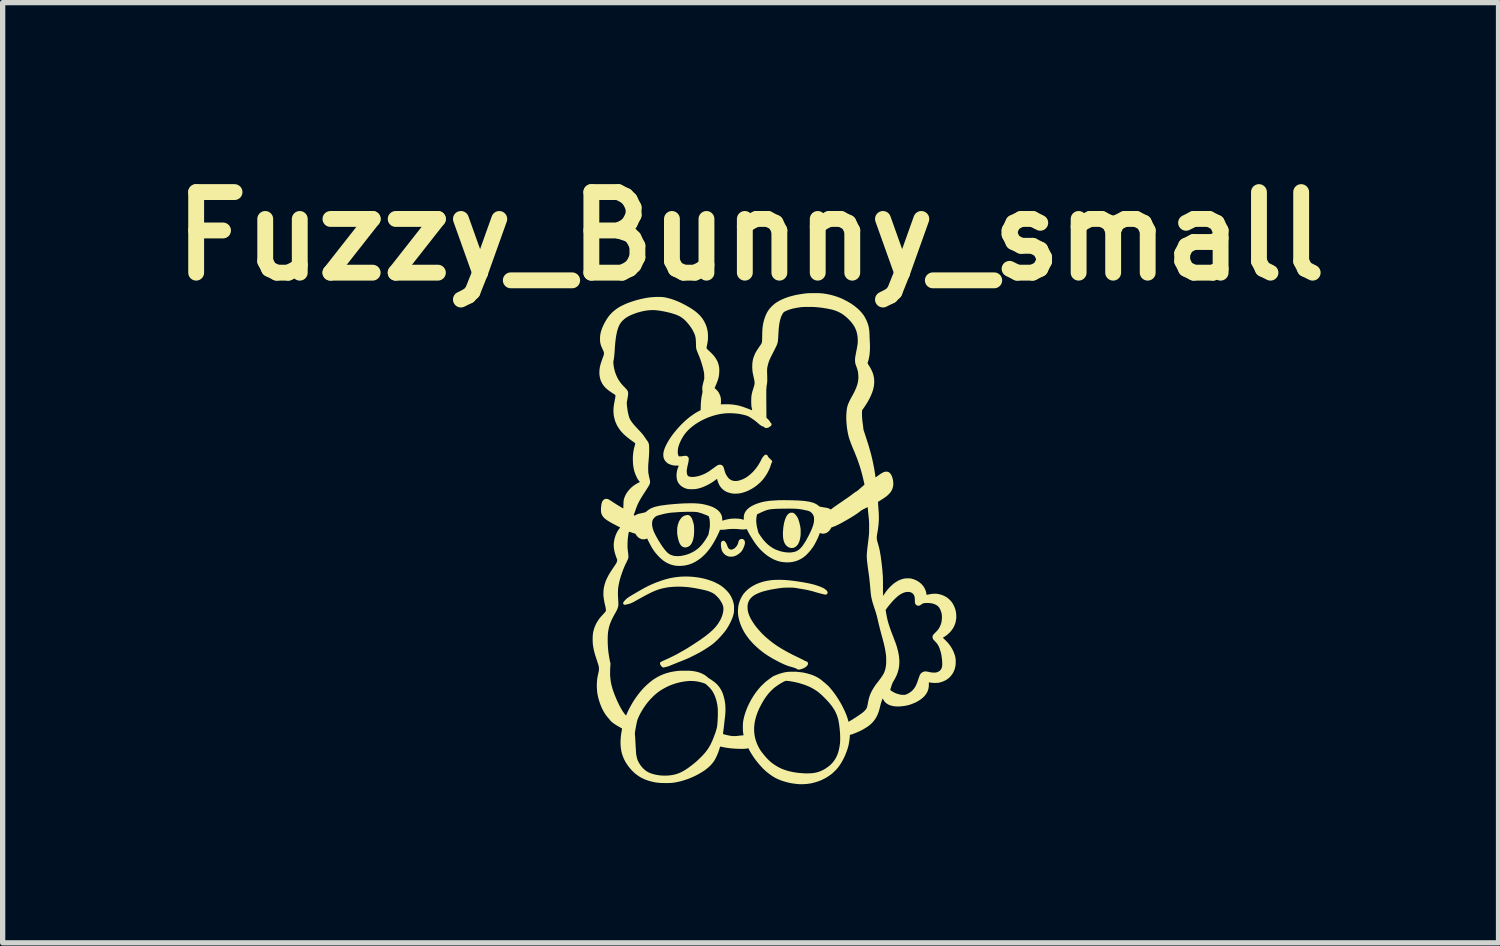
<source format=kicad_pcb>
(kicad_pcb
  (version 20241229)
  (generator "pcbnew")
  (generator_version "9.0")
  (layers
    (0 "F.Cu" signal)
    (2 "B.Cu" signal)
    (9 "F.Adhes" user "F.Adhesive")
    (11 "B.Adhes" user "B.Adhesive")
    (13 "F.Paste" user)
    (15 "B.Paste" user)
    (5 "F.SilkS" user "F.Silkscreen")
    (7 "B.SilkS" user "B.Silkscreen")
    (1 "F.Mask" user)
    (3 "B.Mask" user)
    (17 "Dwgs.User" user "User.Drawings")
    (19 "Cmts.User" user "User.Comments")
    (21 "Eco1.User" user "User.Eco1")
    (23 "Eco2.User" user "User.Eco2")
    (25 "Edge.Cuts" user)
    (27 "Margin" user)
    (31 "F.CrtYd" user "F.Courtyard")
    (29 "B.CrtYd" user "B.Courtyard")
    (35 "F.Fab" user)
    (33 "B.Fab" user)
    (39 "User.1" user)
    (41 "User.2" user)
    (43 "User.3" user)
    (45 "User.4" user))
  (footprint "Fuzzy_Bunny_small"
    (layer "F.Cu")
    (at 11.247 7.193)
    (property "Reference" "Fuzzy_Bunny_small" (at -0.1 -5.775 0) (layer "F.SilkS") (effects (font (size 1.524 1.524) (thickness 0.3))))
    (attr board_only exclude_from_pos_files exclude_from_bom)
    (fp_poly (pts (xy -1.278 -0.501) (xy -1.261 -0.495) (xy -1.245 -0.484) (xy -1.231 -0.469) (xy -1.218 -0.451) (xy -1.213 -0.441) (xy -1.204 -0.421) (xy -1.196 -0.397) (xy -1.188 -0.372) (xy -1.181 -0.348) (xy -1.175 -0.325) (xy -1.173 -0.314) (xy -1.171 -0.294) (xy -1.169 -0.269) (xy -1.168 -0.242) (xy -1.168 -0.213) (xy -1.168 -0.184) (xy -1.169 -0.156) (xy -1.171 -0.129) (xy -1.173 -0.107) (xy -1.174 -0.099) (xy -1.182 -0.058) (xy -1.191 -0.022) (xy -1.203 0.01) (xy -1.216 0.036) (xy -1.231 0.058) (xy -1.239 0.068) (xy -1.258 0.085) (xy -1.28 0.098) (xy -1.304 0.107) (xy -1.327 0.111) (xy -1.351 0.11) (xy -1.367 0.106) (xy -1.383 0.1) (xy -1.396 0.092) (xy -1.409 0.081) (xy -1.417 0.073) (xy -1.429 0.056) (xy -1.442 0.034) (xy -1.453 0.007) (xy -1.463 -0.023) (xy -1.472 -0.058) (xy -1.48 -0.095) (xy -1.486 -0.133) (xy -1.488 -0.15) (xy -1.489 -0.171) (xy -1.489 -0.194) (xy -1.489 -0.218) (xy -1.488 -0.24) (xy -1.487 -0.26) (xy -1.485 -0.275) (xy -1.476 -0.316) (xy -1.464 -0.355) (xy -1.449 -0.39) (xy -1.43 -0.421) (xy -1.409 -0.447) (xy -1.398 -0.459) (xy -1.376 -0.476) (xy -1.355 -0.488) (xy -1.334 -0.494) (xy -1.332 -0.494) (xy -1.322 -0.496) (xy -1.313 -0.499) (xy -1.31 -0.5) (xy -1.294 -0.503)) (stroke (width 0) (type solid)) (fill yes) (layer "F.SilkS"))
    (fp_poly (pts (xy 0.689 -0.546) (xy 0.698 -0.545) (xy 0.705 -0.543) (xy 0.712 -0.54) (xy 0.716 -0.538) (xy 0.73 -0.528) (xy 0.744 -0.514) (xy 0.759 -0.497) (xy 0.773 -0.478) (xy 0.786 -0.458) (xy 0.789 -0.452) (xy 0.799 -0.431) (xy 0.808 -0.406) (xy 0.817 -0.377) (xy 0.826 -0.346) (xy 0.833 -0.314) (xy 0.84 -0.282) (xy 0.844 -0.25) (xy 0.845 -0.249) (xy 0.846 -0.233) (xy 0.847 -0.213) (xy 0.847 -0.19) (xy 0.847 -0.167) (xy 0.847 -0.145) (xy 0.846 -0.124) (xy 0.845 -0.107) (xy 0.844 -0.104) (xy 0.837 -0.061) (xy 0.828 -0.022) (xy 0.816 0.012) (xy 0.801 0.043) (xy 0.784 0.068) (xy 0.764 0.089) (xy 0.742 0.105) (xy 0.718 0.117) (xy 0.718 0.117) (xy 0.698 0.121) (xy 0.676 0.122) (xy 0.653 0.12) (xy 0.639 0.116) (xy 0.617 0.107) (xy 0.599 0.096) (xy 0.581 0.081) (xy 0.575 0.075) (xy 0.556 0.053) (xy 0.541 0.025) (xy 0.529 -0.006) (xy 0.52 -0.042) (xy 0.514 -0.083) (xy 0.512 -0.128) (xy 0.512 -0.178) (xy 0.514 -0.203) (xy 0.518 -0.256) (xy 0.525 -0.305) (xy 0.533 -0.35) (xy 0.544 -0.391) (xy 0.556 -0.427) (xy 0.569 -0.459) (xy 0.584 -0.487) (xy 0.6 -0.509) (xy 0.606 -0.514) (xy 0.62 -0.527) (xy 0.633 -0.536) (xy 0.646 -0.542) (xy 0.661 -0.545) (xy 0.676 -0.546)) (stroke (width 0) (type solid)) (fill yes) (layer "F.SilkS"))
    (fp_poly (pts (xy -0.253 -0.048) (xy -0.237 -0.042) (xy -0.224 -0.03) (xy -0.22 -0.026) (xy -0.212 -0.009) (xy -0.207 0.01) (xy -0.207 0.033) (xy -0.212 0.059) (xy -0.221 0.088) (xy -0.234 0.12) (xy -0.246 0.145) (xy -0.258 0.166) (xy -0.271 0.185) (xy -0.287 0.202) (xy -0.294 0.209) (xy -0.324 0.234) (xy -0.356 0.255) (xy -0.389 0.271) (xy -0.418 0.281) (xy -0.435 0.284) (xy -0.455 0.286) (xy -0.475 0.286) (xy -0.495 0.285) (xy -0.512 0.283) (xy -0.517 0.282) (xy -0.546 0.271) (xy -0.573 0.256) (xy -0.597 0.237) (xy -0.618 0.214) (xy -0.634 0.189) (xy -0.644 0.165) (xy -0.65 0.145) (xy -0.655 0.122) (xy -0.658 0.099) (xy -0.661 0.075) (xy -0.661 0.054) (xy -0.661 0.035) (xy -0.658 0.02) (xy -0.658 0.019) (xy -0.652 0.006) (xy -0.643 -0.005) (xy -0.632 -0.012) (xy -0.628 -0.014) (xy -0.613 -0.016) (xy -0.6 -0.012) (xy -0.586 -0.002) (xy -0.574 0.013) (xy -0.561 0.033) (xy -0.549 0.059) (xy -0.542 0.079) (xy -0.533 0.101) (xy -0.524 0.118) (xy -0.515 0.131) (xy -0.504 0.14) (xy -0.491 0.147) (xy -0.488 0.149) (xy -0.47 0.153) (xy -0.451 0.151) (xy -0.431 0.144) (xy -0.411 0.133) (xy -0.39 0.116) (xy -0.383 0.109) (xy -0.366 0.089) (xy -0.353 0.07) (xy -0.343 0.05) (xy -0.335 0.026) (xy -0.333 0.018) (xy -0.327 -0.005) (xy -0.318 -0.023) (xy -0.307 -0.036) (xy -0.293 -0.044) (xy -0.277 -0.049) (xy -0.271 -0.049)) (stroke (width 0) (type solid)) (fill yes) (layer "F.SilkS"))
    (fp_poly (pts (xy 0.471 0.724) (xy 0.527 0.726) (xy 0.586 0.73) (xy 0.649 0.736) (xy 0.716 0.744) (xy 0.787 0.754) (xy 0.825 0.76) (xy 0.876 0.768) (xy 0.924 0.776) (xy 0.969 0.785) (xy 1.01 0.793) (xy 1.046 0.801) (xy 1.078 0.809) (xy 1.102 0.815) (xy 1.149 0.83) (xy 1.191 0.844) (xy 1.228 0.858) (xy 1.26 0.872) (xy 1.287 0.886) (xy 1.309 0.901) (xy 1.327 0.915) (xy 1.336 0.924) (xy 1.345 0.936) (xy 1.353 0.949) (xy 1.357 0.962) (xy 1.358 0.97) (xy 1.356 0.976) (xy 1.351 0.983) (xy 1.344 0.992) (xy 1.336 0.999) (xy 1.329 1.003) (xy 1.327 1.004) (xy 1.32 1.004) (xy 1.308 1.003) (xy 1.292 1) (xy 1.273 0.996) (xy 1.25 0.99) (xy 1.225 0.984) (xy 1.197 0.976) (xy 1.168 0.968) (xy 1.138 0.96) (xy 1.115 0.953) (xy 1.088 0.945) (xy 1.062 0.937) (xy 1.035 0.931) (xy 1.006 0.924) (xy 0.977 0.917) (xy 0.945 0.911) (xy 0.91 0.904) (xy 0.872 0.898) (xy 0.83 0.891) (xy 0.783 0.883) (xy 0.746 0.877) (xy 0.733 0.875) (xy 0.721 0.874) (xy 0.709 0.873) (xy 0.696 0.872) (xy 0.682 0.871) (xy 0.665 0.871) (xy 0.644 0.871) (xy 0.622 0.871) (xy 0.592 0.871) (xy 0.565 0.872) (xy 0.541 0.873) (xy 0.518 0.874) (xy 0.495 0.876) (xy 0.469 0.879) (xy 0.441 0.883) (xy 0.428 0.885) (xy 0.357 0.896) (xy 0.292 0.907) (xy 0.232 0.92) (xy 0.177 0.933) (xy 0.126 0.947) (xy 0.081 0.963) (xy 0.04 0.979) (xy 0.003 0.997) (xy -0.03 1.015) (xy -0.058 1.035) (xy -0.083 1.057) (xy -0.104 1.08) (xy -0.122 1.104) (xy -0.132 1.122) (xy -0.141 1.143) (xy -0.148 1.162) (xy -0.153 1.182) (xy -0.156 1.205) (xy -0.158 1.229) (xy -0.157 1.265) (xy -0.154 1.299) (xy -0.147 1.334) (xy -0.136 1.369) (xy -0.122 1.406) (xy -0.104 1.446) (xy -0.081 1.487) (xy -0.054 1.53) (xy -0.025 1.573) (xy 0.008 1.617) (xy 0.044 1.66) (xy 0.082 1.703) (xy 0.121 1.745) (xy 0.163 1.785) (xy 0.18 1.801) (xy 0.22 1.836) (xy 0.26 1.869) (xy 0.3 1.901) (xy 0.342 1.932) (xy 0.385 1.962) (xy 0.43 1.992) (xy 0.477 2.021) (xy 0.528 2.051) (xy 0.581 2.081) (xy 0.638 2.111) (xy 0.699 2.143) (xy 0.765 2.175) (xy 0.835 2.209) (xy 0.836 2.209) (xy 0.855 2.219) (xy 0.873 2.227) (xy 0.889 2.235) (xy 0.903 2.243) (xy 0.913 2.248) (xy 0.919 2.251) (xy 0.93 2.257) (xy 0.941 2.262) (xy 0.947 2.264) (xy 0.964 2.27) (xy 0.976 2.279) (xy 0.983 2.29) (xy 0.986 2.304) (xy 0.986 2.307) (xy 0.984 2.322) (xy 0.978 2.336) (xy 0.968 2.35) (xy 0.957 2.361) (xy 0.946 2.37) (xy 0.936 2.378) (xy 0.924 2.385) (xy 0.911 2.392) (xy 0.894 2.4) (xy 0.886 2.403) (xy 0.86 2.412) (xy 0.837 2.419) (xy 0.817 2.422) (xy 0.801 2.422) (xy 0.792 2.419) (xy 0.786 2.416) (xy 0.778 2.411) (xy 0.777 2.41) (xy 0.77 2.406) (xy 0.759 2.401) (xy 0.745 2.395) (xy 0.728 2.389) (xy 0.711 2.383) (xy 0.694 2.378) (xy 0.678 2.373) (xy 0.665 2.369) (xy 0.642 2.364) (xy 0.618 2.356) (xy 0.593 2.347) (xy 0.565 2.336) (xy 0.535 2.324) (xy 0.501 2.308) (xy 0.464 2.291) (xy 0.424 2.27) (xy 0.389 2.252) (xy 0.306 2.207) (xy 0.226 2.158) (xy 0.151 2.107) (xy 0.08 2.052) (xy 0.014 1.995) (xy -0.048 1.936) (xy -0.104 1.874) (xy -0.135 1.837) (xy -0.176 1.782) (xy -0.213 1.726) (xy -0.246 1.667) (xy -0.274 1.608) (xy -0.297 1.549) (xy -0.316 1.489) (xy -0.329 1.43) (xy -0.336 1.384) (xy -0.338 1.363) (xy -0.339 1.34) (xy -0.339 1.314) (xy -0.338 1.288) (xy -0.336 1.262) (xy -0.334 1.239) (xy -0.331 1.219) (xy -0.331 1.215) (xy -0.319 1.166) (xy -0.304 1.121) (xy -0.286 1.078) (xy -0.264 1.037) (xy -0.247 1.01) (xy -0.234 0.991) (xy -0.217 0.971) (xy -0.197 0.949) (xy -0.177 0.929) (xy -0.157 0.91) (xy -0.143 0.898) (xy -0.094 0.862) (xy -0.041 0.83) (xy 0.015 0.802) (xy 0.075 0.779) (xy 0.138 0.759) (xy 0.205 0.744) (xy 0.27 0.733) (xy 0.317 0.728) (xy 0.366 0.725) (xy 0.417 0.724)) (stroke (width 0) (type solid)) (fill yes) (layer "F.SilkS"))
    (fp_poly (pts (xy -1.282 0.662) (xy -1.202 0.666) (xy -1.123 0.675) (xy -1.047 0.687) (xy -0.974 0.703) (xy -0.903 0.723) (xy -0.836 0.746) (xy -0.772 0.773) (xy -0.712 0.804) (xy -0.692 0.815) (xy -0.653 0.84) (xy -0.615 0.869) (xy -0.579 0.901) (xy -0.545 0.935) (xy -0.516 0.969) (xy -0.49 1.004) (xy -0.488 1.008) (xy -0.468 1.042) (xy -0.45 1.08) (xy -0.435 1.12) (xy -0.423 1.161) (xy -0.419 1.181) (xy -0.417 1.193) (xy -0.415 1.204) (xy -0.414 1.215) (xy -0.413 1.228) (xy -0.413 1.243) (xy -0.413 1.263) (xy -0.413 1.271) (xy -0.413 1.296) (xy -0.414 1.317) (xy -0.415 1.336) (xy -0.418 1.354) (xy -0.422 1.373) (xy -0.428 1.393) (xy -0.435 1.416) (xy -0.439 1.43) (xy -0.45 1.459) (xy -0.464 1.492) (xy -0.48 1.526) (xy -0.498 1.562) (xy -0.518 1.597) (xy -0.538 1.631) (xy -0.559 1.663) (xy -0.569 1.678) (xy -0.587 1.702) (xy -0.608 1.728) (xy -0.632 1.756) (xy -0.657 1.785) (xy -0.684 1.814) (xy -0.711 1.842) (xy -0.737 1.868) (xy -0.763 1.892) (xy -0.786 1.913) (xy -0.797 1.923) (xy -0.848 1.962) (xy -0.904 2.001) (xy -0.965 2.04) (xy -1.031 2.08) (xy -1.102 2.119) (xy -1.178 2.158) (xy -1.209 2.173) (xy -1.237 2.187) (xy -1.264 2.2) (xy -1.29 2.212) (xy -1.317 2.223) (xy -1.345 2.235) (xy -1.376 2.248) (xy -1.409 2.261) (xy -1.447 2.276) (xy -1.451 2.278) (xy -1.476 2.287) (xy -1.501 2.298) (xy -1.527 2.308) (xy -1.552 2.318) (xy -1.575 2.327) (xy -1.593 2.335) (xy -1.596 2.336) (xy -1.618 2.345) (xy -1.637 2.353) (xy -1.653 2.359) (xy -1.668 2.363) (xy -1.684 2.368) (xy -1.702 2.372) (xy -1.717 2.376) (xy -1.73 2.379) (xy -1.741 2.381) (xy -1.748 2.383) (xy -1.75 2.383) (xy -1.753 2.382) (xy -1.759 2.38) (xy -1.763 2.378) (xy -1.772 2.372) (xy -1.783 2.362) (xy -1.794 2.35) (xy -1.803 2.337) (xy -1.807 2.33) (xy -1.812 2.316) (xy -1.814 2.302) (xy -1.811 2.291) (xy -1.808 2.285) (xy -1.803 2.281) (xy -1.793 2.275) (xy -1.779 2.267) (xy -1.76 2.258) (xy -1.735 2.247) (xy -1.711 2.236) (xy -1.638 2.203) (xy -1.562 2.166) (xy -1.483 2.125) (xy -1.402 2.079) (xy -1.318 2.031) (xy -1.233 1.978) (xy -1.147 1.922) (xy -1.062 1.866) (xy -1.007 1.827) (xy -0.957 1.791) (xy -0.912 1.755) (xy -0.87 1.721) (xy -0.833 1.688) (xy -0.799 1.655) (xy -0.769 1.623) (xy -0.742 1.59) (xy -0.717 1.557) (xy -0.696 1.524) (xy -0.676 1.49) (xy -0.674 1.486) (xy -0.655 1.447) (xy -0.64 1.409) (xy -0.628 1.371) (xy -0.62 1.334) (xy -0.615 1.299) (xy -0.614 1.266) (xy -0.617 1.236) (xy -0.619 1.224) (xy -0.628 1.198) (xy -0.64 1.17) (xy -0.657 1.14) (xy -0.676 1.11) (xy -0.698 1.079) (xy -0.699 1.079) (xy -0.711 1.064) (xy -0.726 1.048) (xy -0.743 1.031) (xy -0.76 1.015) (xy -0.776 1.001) (xy -0.79 0.99) (xy -0.794 0.988) (xy -0.815 0.975) (xy -0.838 0.963) (xy -0.863 0.952) (xy -0.892 0.941) (xy -0.923 0.931) (xy -0.959 0.921) (xy -0.999 0.912) (xy -1.043 0.902) (xy -1.067 0.898) (xy -1.125 0.886) (xy -1.18 0.877) (xy -1.231 0.869) (xy -1.279 0.863) (xy -1.325 0.859) (xy -1.369 0.856) (xy -1.414 0.854) (xy -1.459 0.853) (xy -1.5 0.854) (xy -1.556 0.856) (xy -1.608 0.86) (xy -1.657 0.865) (xy -1.704 0.873) (xy -1.752 0.883) (xy -1.776 0.889) (xy -1.801 0.895) (xy -1.825 0.902) (xy -1.848 0.91) (xy -1.872 0.918) (xy -1.897 0.927) (xy -1.922 0.938) (xy -1.948 0.949) (xy -1.977 0.962) (xy -2.007 0.977) (xy -2.039 0.993) (xy -2.075 1.012) (xy -2.113 1.032) (xy -2.154 1.055) (xy -2.2 1.08) (xy -2.25 1.108) (xy -2.282 1.126) (xy -2.306 1.14) (xy -2.328 1.151) (xy -2.347 1.16) (xy -2.365 1.168) (xy -2.383 1.174) (xy -2.404 1.18) (xy -2.427 1.186) (xy -2.431 1.187) (xy -2.449 1.191) (xy -2.463 1.194) (xy -2.473 1.196) (xy -2.48 1.196) (xy -2.485 1.196) (xy -2.489 1.195) (xy -2.493 1.192) (xy -2.496 1.19) (xy -2.504 1.184) (xy -2.509 1.179) (xy -2.511 1.174) (xy -2.511 1.168) (xy -2.51 1.158) (xy -2.505 1.148) (xy -2.497 1.136) (xy -2.486 1.122) (xy -2.475 1.11) (xy -2.455 1.09) (xy -2.434 1.072) (xy -2.412 1.056) (xy -2.386 1.039) (xy -2.371 1.03) (xy -2.361 1.024) (xy -2.346 1.015) (xy -2.329 1.005) (xy -2.309 0.993) (xy -2.288 0.981) (xy -2.266 0.968) (xy -2.25 0.958) (xy -2.201 0.93) (xy -2.156 0.904) (xy -2.114 0.881) (xy -2.074 0.86) (xy -2.036 0.84) (xy -1.999 0.823) (xy -1.961 0.806) (xy -1.923 0.79) (xy -1.884 0.774) (xy -1.865 0.767) (xy -1.787 0.739) (xy -1.711 0.715) (xy -1.637 0.696) (xy -1.564 0.681) (xy -1.491 0.671) (xy -1.418 0.664) (xy -1.364 0.662)) (stroke (width 0) (type solid)) (fill yes) (layer "F.SilkS"))
    (fp_poly (pts (xy 1.14 -4.699) (xy 1.17 -4.698) (xy 1.198 -4.698) (xy 1.223 -4.696) (xy 1.245 -4.695) (xy 1.258 -4.694) (xy 1.337 -4.682) (xy 1.412 -4.667) (xy 1.484 -4.647) (xy 1.554 -4.624) (xy 1.622 -4.597) (xy 1.668 -4.575) (xy 1.736 -4.539) (xy 1.799 -4.502) (xy 1.857 -4.462) (xy 1.909 -4.42) (xy 1.957 -4.377) (xy 1.999 -4.331) (xy 2.036 -4.283) (xy 2.045 -4.27) (xy 2.056 -4.253) (xy 2.067 -4.232) (xy 2.079 -4.209) (xy 2.091 -4.185) (xy 2.101 -4.161) (xy 2.11 -4.139) (xy 2.113 -4.131) (xy 2.122 -4.105) (xy 2.129 -4.08) (xy 2.135 -4.056) (xy 2.139 -4.031) (xy 2.143 -4.004) (xy 2.146 -3.976) (xy 2.148 -3.943) (xy 2.15 -3.907) (xy 2.15 -3.89) (xy 2.151 -3.867) (xy 2.152 -3.844) (xy 2.153 -3.822) (xy 2.154 -3.803) (xy 2.154 -3.787) (xy 2.155 -3.775) (xy 2.155 -3.772) (xy 2.157 -3.754) (xy 2.157 -3.732) (xy 2.158 -3.707) (xy 2.158 -3.68) (xy 2.158 -3.653) (xy 2.157 -3.628) (xy 2.156 -3.606) (xy 2.155 -3.594) (xy 2.151 -3.547) (xy 2.145 -3.503) (xy 2.137 -3.462) (xy 2.128 -3.425) (xy 2.121 -3.403) (xy 2.117 -3.393) (xy 2.115 -3.384) (xy 2.114 -3.378) (xy 2.115 -3.371) (xy 2.117 -3.363) (xy 2.122 -3.354) (xy 2.129 -3.343) (xy 2.139 -3.328) (xy 2.145 -3.319) (xy 2.173 -3.272) (xy 2.196 -3.224) (xy 2.215 -3.177) (xy 2.228 -3.129) (xy 2.236 -3.08) (xy 2.239 -3.031) (xy 2.237 -2.98) (xy 2.23 -2.929) (xy 2.218 -2.876) (xy 2.201 -2.822) (xy 2.178 -2.766) (xy 2.151 -2.708) (xy 2.121 -2.653) (xy 2.11 -2.634) (xy 2.097 -2.614) (xy 2.084 -2.592) (xy 2.069 -2.57) (xy 2.056 -2.549) (xy 2.043 -2.531) (xy 2.032 -2.515) (xy 2.028 -2.51) (xy 2.021 -2.5) (xy 2.015 -2.491) (xy 2.011 -2.485) (xy 2.01 -2.484) (xy 2.009 -2.478) (xy 2.008 -2.467) (xy 2.008 -2.453) (xy 2.007 -2.436) (xy 2.007 -2.416) (xy 2.007 -2.395) (xy 2.008 -2.374) (xy 2.009 -2.353) (xy 2.01 -2.333) (xy 2.011 -2.315) (xy 2.012 -2.306) (xy 2.014 -2.29) (xy 2.016 -2.271) (xy 2.019 -2.249) (xy 2.022 -2.226) (xy 2.025 -2.202) (xy 2.027 -2.188) (xy 2.036 -2.112) (xy 2.061 -2.038) (xy 2.082 -1.973) (xy 2.101 -1.913) (xy 2.119 -1.858) (xy 2.135 -1.806) (xy 2.149 -1.757) (xy 2.162 -1.711) (xy 2.174 -1.668) (xy 2.185 -1.626) (xy 2.195 -1.585) (xy 2.204 -1.546) (xy 2.212 -1.508) (xy 2.218 -1.48) (xy 2.224 -1.45) (xy 2.23 -1.42) (xy 2.236 -1.39) (xy 2.241 -1.36) (xy 2.246 -1.331) (xy 2.25 -1.305) (xy 2.254 -1.28) (xy 2.257 -1.259) (xy 2.259 -1.242) (xy 2.261 -1.228) (xy 2.261 -1.222) (xy 2.262 -1.216) (xy 2.264 -1.214) (xy 2.267 -1.215) (xy 2.273 -1.22) (xy 2.282 -1.226) (xy 2.294 -1.234) (xy 2.298 -1.237) (xy 2.328 -1.259) (xy 2.354 -1.277) (xy 2.377 -1.291) (xy 2.398 -1.303) (xy 2.416 -1.312) (xy 2.433 -1.318) (xy 2.433 -1.318) (xy 2.449 -1.321) (xy 2.467 -1.322) (xy 2.485 -1.321) (xy 2.502 -1.317) (xy 2.51 -1.314) (xy 2.528 -1.302) (xy 2.544 -1.285) (xy 2.559 -1.263) (xy 2.572 -1.236) (xy 2.583 -1.204) (xy 2.594 -1.16) (xy 2.599 -1.117) (xy 2.599 -1.077) (xy 2.594 -1.039) (xy 2.584 -1.002) (xy 2.569 -0.967) (xy 2.548 -0.935) (xy 2.543 -0.928) (xy 2.533 -0.916) (xy 2.52 -0.902) (xy 2.505 -0.887) (xy 2.49 -0.873) (xy 2.476 -0.86) (xy 2.468 -0.854) (xy 2.455 -0.844) (xy 2.439 -0.833) (xy 2.42 -0.82) (xy 2.399 -0.806) (xy 2.378 -0.793) (xy 2.358 -0.78) (xy 2.345 -0.772) (xy 2.333 -0.765) (xy 2.322 -0.758) (xy 2.314 -0.753) (xy 2.31 -0.75) (xy 2.31 -0.75) (xy 2.309 -0.747) (xy 2.31 -0.739) (xy 2.311 -0.726) (xy 2.312 -0.711) (xy 2.313 -0.692) (xy 2.315 -0.672) (xy 2.315 -0.663) (xy 2.319 -0.61) (xy 2.323 -0.562) (xy 2.325 -0.517) (xy 2.326 -0.475) (xy 2.326 -0.435) (xy 2.325 -0.397) (xy 2.323 -0.359) (xy 2.32 -0.321) (xy 2.315 -0.281) (xy 2.31 -0.239) (xy 2.303 -0.194) (xy 2.295 -0.146) (xy 2.293 -0.138) (xy 2.29 -0.117) (xy 2.288 -0.099) (xy 2.287 -0.082) (xy 2.287 -0.066) (xy 2.288 -0.049) (xy 2.291 -0.03) (xy 2.296 -0.009) (xy 2.302 0.015) (xy 2.31 0.043) (xy 2.311 0.046) (xy 2.32 0.078) (xy 2.328 0.108) (xy 2.335 0.137) (xy 2.342 0.166) (xy 2.347 0.196) (xy 2.353 0.228) (xy 2.359 0.264) (xy 2.365 0.304) (xy 2.365 0.307) (xy 2.371 0.352) (xy 2.377 0.396) (xy 2.382 0.44) (xy 2.387 0.485) (xy 2.392 0.533) (xy 2.396 0.584) (xy 2.4 0.64) (xy 2.401 0.643) (xy 2.402 0.66) (xy 2.402 0.682) (xy 2.403 0.709) (xy 2.404 0.742) (xy 2.404 0.781) (xy 2.404 0.824) (xy 2.404 0.86) (xy 2.404 0.89) (xy 2.404 0.919) (xy 2.404 0.945) (xy 2.405 0.968) (xy 2.405 0.988) (xy 2.405 1.005) (xy 2.405 1.018) (xy 2.405 1.025) (xy 2.406 1.028) (xy 2.406 1.028) (xy 2.408 1.025) (xy 2.412 1.019) (xy 2.419 1.009) (xy 2.426 0.997) (xy 2.432 0.99) (xy 2.46 0.949) (xy 2.489 0.912) (xy 2.52 0.877) (xy 2.533 0.863) (xy 2.574 0.823) (xy 2.615 0.789) (xy 2.657 0.761) (xy 2.698 0.737) (xy 2.741 0.719) (xy 2.784 0.706) (xy 2.797 0.702) (xy 2.818 0.699) (xy 2.842 0.697) (xy 2.867 0.696) (xy 2.892 0.696) (xy 2.916 0.697) (xy 2.936 0.7) (xy 2.941 0.701) (xy 2.983 0.713) (xy 3.023 0.729) (xy 3.061 0.749) (xy 3.095 0.772) (xy 3.127 0.799) (xy 3.155 0.829) (xy 3.179 0.862) (xy 3.198 0.897) (xy 3.213 0.933) (xy 3.223 0.972) (xy 3.225 0.984) (xy 3.229 1.009) (xy 3.237 1.007) (xy 3.244 1.006) (xy 3.254 1.004) (xy 3.266 1.001) (xy 3.276 0.999) (xy 3.326 0.99) (xy 3.375 0.987) (xy 3.423 0.988) (xy 3.47 0.996) (xy 3.515 1.009) (xy 3.559 1.027) (xy 3.602 1.05) (xy 3.613 1.057) (xy 3.63 1.07) (xy 3.649 1.086) (xy 3.668 1.104) (xy 3.686 1.123) (xy 3.702 1.142) (xy 3.715 1.159) (xy 3.715 1.159) (xy 3.739 1.201) (xy 3.759 1.245) (xy 3.775 1.291) (xy 3.785 1.339) (xy 3.79 1.386) (xy 3.791 1.434) (xy 3.786 1.482) (xy 3.777 1.529) (xy 3.769 1.553) (xy 3.752 1.598) (xy 3.729 1.64) (xy 3.701 1.68) (xy 3.67 1.717) (xy 3.633 1.752) (xy 3.594 1.783) (xy 3.563 1.803) (xy 3.553 1.809) (xy 3.545 1.814) (xy 3.54 1.818) (xy 3.538 1.819) (xy 3.539 1.821) (xy 3.544 1.827) (xy 3.552 1.834) (xy 3.561 1.843) (xy 3.564 1.846) (xy 3.606 1.887) (xy 3.645 1.93) (xy 3.679 1.976) (xy 3.709 2.024) (xy 3.734 2.073) (xy 3.754 2.123) (xy 3.77 2.174) (xy 3.772 2.186) (xy 3.776 2.208) (xy 3.779 2.233) (xy 3.78 2.26) (xy 3.78 2.288) (xy 3.779 2.315) (xy 3.777 2.34) (xy 3.775 2.351) (xy 3.765 2.398) (xy 3.75 2.442) (xy 3.73 2.483) (xy 3.706 2.52) (xy 3.678 2.554) (xy 3.646 2.585) (xy 3.61 2.611) (xy 3.571 2.633) (xy 3.528 2.651) (xy 3.483 2.665) (xy 3.465 2.669) (xy 3.449 2.671) (xy 3.428 2.673) (xy 3.405 2.674) (xy 3.38 2.674) (xy 3.356 2.673) (xy 3.333 2.672) (xy 3.313 2.67) (xy 3.304 2.668) (xy 3.292 2.666) (xy 3.282 2.664) (xy 3.276 2.663) (xy 3.274 2.663) (xy 3.273 2.665) (xy 3.272 2.673) (xy 3.272 2.684) (xy 3.272 2.697) (xy 3.271 2.739) (xy 3.265 2.778) (xy 3.255 2.814) (xy 3.24 2.849) (xy 3.22 2.883) (xy 3.195 2.916) (xy 3.184 2.928) (xy 3.158 2.953) (xy 3.127 2.979) (xy 3.092 3.003) (xy 3.054 3.026) (xy 3.013 3.047) (xy 2.969 3.065) (xy 2.925 3.082) (xy 2.906 3.088) (xy 2.86 3.1) (xy 2.812 3.109) (xy 2.765 3.115) (xy 2.718 3.119) (xy 2.673 3.12) (xy 2.63 3.117) (xy 2.621 3.116) (xy 2.58 3.109) (xy 2.543 3.099) (xy 2.509 3.085) (xy 2.479 3.067) (xy 2.454 3.047) (xy 2.445 3.038) (xy 2.435 3.027) (xy 2.426 3.013) (xy 2.417 3) (xy 2.409 2.987) (xy 2.405 2.977) (xy 2.404 2.976) (xy 2.402 2.971) (xy 2.4 2.969) (xy 2.398 2.972) (xy 2.394 2.979) (xy 2.39 2.989) (xy 2.385 3.002) (xy 2.379 3.017) (xy 2.374 3.032) (xy 2.373 3.036) (xy 2.369 3.047) (xy 2.365 3.062) (xy 2.36 3.08) (xy 2.355 3.1) (xy 2.35 3.119) (xy 2.349 3.126) (xy 2.343 3.147) (xy 2.338 3.168) (xy 2.332 3.189) (xy 2.326 3.208) (xy 2.322 3.223) (xy 2.321 3.225) (xy 2.3 3.278) (xy 2.276 3.326) (xy 2.248 3.37) (xy 2.216 3.411) (xy 2.18 3.448) (xy 2.14 3.482) (xy 2.132 3.488) (xy 2.11 3.503) (xy 2.085 3.519) (xy 2.057 3.536) (xy 2.029 3.553) (xy 2.001 3.568) (xy 1.981 3.578) (xy 1.959 3.589) (xy 1.936 3.599) (xy 1.911 3.61) (xy 1.887 3.62) (xy 1.864 3.629) (xy 1.842 3.638) (xy 1.822 3.645) (xy 1.805 3.65) (xy 1.793 3.653) (xy 1.79 3.654) (xy 1.778 3.656) (xy 1.777 3.684) (xy 1.771 3.746) (xy 1.762 3.804) (xy 1.751 3.861) (xy 1.735 3.917) (xy 1.716 3.973) (xy 1.693 4.031) (xy 1.683 4.055) (xy 1.65 4.124) (xy 1.613 4.189) (xy 1.572 4.25) (xy 1.564 4.261) (xy 1.549 4.28) (xy 1.531 4.301) (xy 1.51 4.324) (xy 1.488 4.346) (xy 1.466 4.367) (xy 1.445 4.386) (xy 1.428 4.4) (xy 1.37 4.441) (xy 1.31 4.477) (xy 1.247 4.509) (xy 1.182 4.535) (xy 1.115 4.556) (xy 1.046 4.573) (xy 0.976 4.584) (xy 0.904 4.589) (xy 0.889 4.59) (xy 0.872 4.59) (xy 0.857 4.59) (xy 0.843 4.59) (xy 0.833 4.59) (xy 0.829 4.59) (xy 0.781 4.586) (xy 0.736 4.581) (xy 0.694 4.575) (xy 0.653 4.568) (xy 0.613 4.559) (xy 0.597 4.555) (xy 0.535 4.538) (xy 0.477 4.519) (xy 0.423 4.497) (xy 0.371 4.472) (xy 0.321 4.443) (xy 0.272 4.41) (xy 0.224 4.373) (xy 0.211 4.363) (xy 0.168 4.325) (xy 0.124 4.282) (xy 0.081 4.235) (xy 0.039 4.186) (xy -0.002 4.135) (xy -0.04 4.082) (xy -0.075 4.029) (xy -0.107 3.977) (xy -0.133 3.928) (xy -0.138 3.919) (xy -0.141 3.912) (xy -0.143 3.909) (xy -0.143 3.909) (xy -0.146 3.909) (xy -0.153 3.911) (xy -0.157 3.912) (xy -0.171 3.916) (xy -0.189 3.918) (xy -0.211 3.92) (xy -0.238 3.921) (xy -0.27 3.922) (xy -0.307 3.921) (xy -0.363 3.919) (xy -0.419 3.916) (xy -0.474 3.911) (xy -0.526 3.905) (xy -0.575 3.897) (xy -0.62 3.889) (xy -0.627 3.887) (xy -0.645 3.884) (xy -0.658 3.881) (xy -0.667 3.879) (xy -0.673 3.878) (xy -0.676 3.879) (xy -0.678 3.88) (xy -0.679 3.883) (xy -0.679 3.886) (xy -0.679 3.886) (xy -0.682 3.895) (xy -0.685 3.909) (xy -0.691 3.925) (xy -0.696 3.943) (xy -0.703 3.962) (xy -0.709 3.98) (xy -0.716 3.998) (xy -0.721 4.013) (xy -0.723 4.016) (xy -0.744 4.065) (xy -0.766 4.109) (xy -0.79 4.15) (xy -0.817 4.187) (xy -0.847 4.222) (xy -0.855 4.231) (xy -0.89 4.265) (xy -0.93 4.298) (xy -0.974 4.331) (xy -1.022 4.362) (xy -1.074 4.393) (xy -1.128 4.422) (xy -1.184 4.449) (xy -1.242 4.474) (xy -1.3 4.496) (xy -1.36 4.516) (xy -1.419 4.533) (xy -1.477 4.547) (xy -1.514 4.554) (xy -1.536 4.558) (xy -1.556 4.561) (xy -1.573 4.563) (xy -1.591 4.565) (xy -1.608 4.566) (xy -1.627 4.567) (xy -1.648 4.568) (xy -1.672 4.568) (xy -1.701 4.568) (xy -1.707 4.568) (xy -1.74 4.568) (xy -1.769 4.567) (xy -1.794 4.567) (xy -1.817 4.565) (xy -1.839 4.563) (xy -1.861 4.561) (xy -1.883 4.558) (xy -1.907 4.554) (xy -1.914 4.553) (xy -1.981 4.538) (xy -2.044 4.52) (xy -2.105 4.497) (xy -2.162 4.47) (xy -2.216 4.438) (xy -2.266 4.402) (xy -2.275 4.395) (xy -2.306 4.368) (xy -2.338 4.337) (xy -2.369 4.303) (xy -2.399 4.267) (xy -2.426 4.231) (xy -2.438 4.214) (xy -2.469 4.164) (xy -2.495 4.114) (xy -2.516 4.062) (xy -2.534 4.009) (xy -2.547 3.953) (xy -2.555 3.896) (xy -2.56 3.836) (xy -2.56 3.773) (xy -2.556 3.707) (xy -2.548 3.638) (xy -2.547 3.632) (xy -2.289 3.632) (xy -2.289 3.64) (xy -2.288 3.646) (xy -2.288 3.653) (xy -2.287 3.661) (xy -2.286 3.664) (xy -2.285 3.672) (xy -2.284 3.685) (xy -2.283 3.701) (xy -2.282 3.719) (xy -2.281 3.738) (xy -2.281 3.744) (xy -2.28 3.768) (xy -2.278 3.794) (xy -2.277 3.821) (xy -2.275 3.849) (xy -2.274 3.877) (xy -2.272 3.905) (xy -2.27 3.932) (xy -2.269 3.956) (xy -2.267 3.978) (xy -2.266 3.997) (xy -2.265 4.011) (xy -2.264 4.019) (xy -2.257 4.061) (xy -2.248 4.099) (xy -2.237 4.134) (xy -2.221 4.167) (xy -2.219 4.172) (xy -2.195 4.213) (xy -2.167 4.252) (xy -2.136 4.287) (xy -2.102 4.319) (xy -2.066 4.346) (xy -2.06 4.349) (xy -2.028 4.367) (xy -1.991 4.383) (xy -1.95 4.396) (xy -1.905 4.408) (xy -1.857 4.417) (xy -1.807 4.424) (xy -1.794 4.425) (xy -1.772 4.426) (xy -1.746 4.427) (xy -1.719 4.427) (xy -1.691 4.427) (xy -1.666 4.426) (xy -1.649 4.425) (xy -1.607 4.42) (xy -1.568 4.414) (xy -1.529 4.405) (xy -1.491 4.394) (xy -1.453 4.38) (xy -1.415 4.363) (xy -1.377 4.343) (xy -1.337 4.32) (xy -1.296 4.293) (xy -1.253 4.262) (xy -1.208 4.228) (xy -1.16 4.189) (xy -1.146 4.178) (xy -1.125 4.16) (xy -1.102 4.139) (xy -1.078 4.116) (xy -1.053 4.092) (xy -1.029 4.068) (xy -1.006 4.044) (xy -0.985 4.021) (xy -0.967 4.001) (xy -0.96 3.993) (xy -0.931 3.956) (xy -0.903 3.917) (xy -0.879 3.877) (xy -0.857 3.838) (xy -0.855 3.833) (xy -0.838 3.799) (xy -0.822 3.763) (xy -0.807 3.725) (xy -0.792 3.687) (xy -0.778 3.65) (xy -0.765 3.614) (xy -0.754 3.579) (xy -0.745 3.548) (xy -0.738 3.52) (xy -0.735 3.505) (xy -0.732 3.485) (xy -0.729 3.461) (xy -0.727 3.432) (xy -0.724 3.401) (xy -0.723 3.368) (xy -0.721 3.333) (xy -0.72 3.298) (xy -0.719 3.264) (xy -0.719 3.231) (xy -0.72 3.201) (xy -0.72 3.174) (xy -0.722 3.15) (xy -0.722 3.147) (xy -0.73 3.084) (xy -0.742 3.025) (xy -0.758 2.969) (xy -0.778 2.915) (xy -0.792 2.885) (xy -0.807 2.856) (xy -0.822 2.83) (xy -0.839 2.806) (xy -0.858 2.783) (xy -0.879 2.759) (xy -0.905 2.735) (xy -0.911 2.729) (xy -0.924 2.716) (xy -0.935 2.706) (xy -0.944 2.699) (xy -0.951 2.694) (xy -0.958 2.69) (xy -0.965 2.686) (xy -0.974 2.683) (xy -0.979 2.681) (xy -1.017 2.668) (xy -1.059 2.657) (xy -1.103 2.648) (xy -1.149 2.641) (xy -1.194 2.638) (xy -1.238 2.637) (xy -1.254 2.637) (xy -1.319 2.642) (xy -1.386 2.652) (xy -1.452 2.666) (xy -1.519 2.684) (xy -1.585 2.706) (xy -1.649 2.732) (xy -1.71 2.762) (xy -1.768 2.794) (xy -1.823 2.829) (xy -1.842 2.843) (xy -1.892 2.883) (xy -1.942 2.928) (xy -1.99 2.977) (xy -2.036 3.029) (xy -2.079 3.084) (xy -2.119 3.141) (xy -2.156 3.199) (xy -2.188 3.257) (xy -2.202 3.285) (xy -2.214 3.309) (xy -2.223 3.33) (xy -2.231 3.349) (xy -2.238 3.367) (xy -2.244 3.386) (xy -2.249 3.405) (xy -2.254 3.427) (xy -2.259 3.452) (xy -2.261 3.462) (xy -2.267 3.497) (xy -2.273 3.526) (xy -2.277 3.55) (xy -2.281 3.571) (xy -2.284 3.588) (xy -2.286 3.602) (xy -2.287 3.614) (xy -2.288 3.624) (xy -2.289 3.632) (xy -2.547 3.632) (xy -2.537 3.576) (xy -2.535 3.562) (xy -2.533 3.55) (xy -2.532 3.541) (xy -2.532 3.536) (xy -2.533 3.536) (xy -2.536 3.534) (xy -2.543 3.53) (xy -2.553 3.524) (xy -2.566 3.517) (xy -2.579 3.509) (xy -2.618 3.487) (xy -2.652 3.466) (xy -2.682 3.446) (xy -2.707 3.427) (xy -2.729 3.409) (xy -2.747 3.392) (xy -2.762 3.374) (xy -2.767 3.368) (xy -2.773 3.359) (xy -2.783 3.348) (xy -2.793 3.336) (xy -2.804 3.324) (xy -2.833 3.287) (xy -2.861 3.246) (xy -2.888 3.2) (xy -2.913 3.151) (xy -2.935 3.098) (xy -2.954 3.046) (xy -2.973 2.985) (xy -2.988 2.926) (xy -2.999 2.869) (xy -3.005 2.811) (xy -3.008 2.753) (xy -3.009 2.729) (xy -3.008 2.696) (xy -3.007 2.666) (xy -3.005 2.637) (xy -3.002 2.609) (xy -2.998 2.579) (xy -2.992 2.547) (xy -2.985 2.512) (xy -2.98 2.492) (xy -2.976 2.472) (xy -2.973 2.457) (xy -2.97 2.444) (xy -2.969 2.433) (xy -2.969 2.422) (xy -2.968 2.409) (xy -2.968 2.407) (xy -2.968 2.397) (xy -2.969 2.389) (xy -2.969 2.381) (xy -2.97 2.372) (xy -2.972 2.363) (xy -2.974 2.352) (xy -2.978 2.34) (xy -2.982 2.325) (xy -2.988 2.307) (xy -2.995 2.285) (xy -3.003 2.259) (xy -3.012 2.231) (xy -3.023 2.198) (xy -3.032 2.17) (xy -3.04 2.145) (xy -3.046 2.124) (xy -3.052 2.104) (xy -3.056 2.086) (xy -3.061 2.069) (xy -3.065 2.051) (xy -3.069 2.032) (xy -3.069 2.029) (xy -3.075 1.999) (xy -3.079 1.973) (xy -3.083 1.949) (xy -3.085 1.925) (xy -3.086 1.901) (xy -3.087 1.874) (xy -3.087 1.857) (xy -2.803 1.857) (xy -2.802 1.923) (xy -2.799 1.986) (xy -2.794 2.048) (xy -2.787 2.109) (xy -2.777 2.173) (xy -2.77 2.214) (xy -2.767 2.23) (xy -2.764 2.244) (xy -2.762 2.257) (xy -2.76 2.265) (xy -2.76 2.268) (xy -2.757 2.278) (xy -2.754 2.289) (xy -2.754 2.29) (xy -2.752 2.294) (xy -2.751 2.299) (xy -2.75 2.305) (xy -2.75 2.314) (xy -2.751 2.325) (xy -2.752 2.341) (xy -2.752 2.348) (xy -2.756 2.411) (xy -2.757 2.47) (xy -2.757 2.526) (xy -2.753 2.578) (xy -2.747 2.63) (xy -2.739 2.68) (xy -2.727 2.73) (xy -2.713 2.781) (xy -2.695 2.834) (xy -2.675 2.889) (xy -2.67 2.902) (xy -2.65 2.951) (xy -2.631 2.996) (xy -2.612 3.037) (xy -2.593 3.076) (xy -2.575 3.113) (xy -2.555 3.149) (xy -2.534 3.185) (xy -2.531 3.19) (xy -2.522 3.205) (xy -2.512 3.22) (xy -2.501 3.235) (xy -2.491 3.25) (xy -2.48 3.263) (xy -2.471 3.274) (xy -2.464 3.282) (xy -2.458 3.288) (xy -2.455 3.289) (xy -2.455 3.289) (xy -2.453 3.286) (xy -2.45 3.279) (xy -2.446 3.269) (xy -2.441 3.257) (xy -2.44 3.256) (xy -2.435 3.243) (xy -2.427 3.226) (xy -2.419 3.208) (xy -2.409 3.189) (xy -2.401 3.172) (xy -2.361 3.097) (xy -2.319 3.025) (xy -2.273 2.956) (xy -2.225 2.89) (xy -2.175 2.828) (xy -2.122 2.769) (xy -2.068 2.716) (xy -2.012 2.667) (xy -1.955 2.622) (xy -1.922 2.599) (xy -1.866 2.565) (xy -1.808 2.535) (xy -1.748 2.509) (xy -1.685 2.488) (xy -1.619 2.47) (xy -1.55 2.457) (xy -1.486 2.448) (xy -1.469 2.447) (xy -1.448 2.445) (xy -1.424 2.444) (xy -1.397 2.444) (xy -1.369 2.443) (xy -1.341 2.443) (xy -1.312 2.443) (xy -1.285 2.443) (xy -1.26 2.444) (xy -1.239 2.445) (xy -1.221 2.446) (xy -1.212 2.447) (xy -1.158 2.455) (xy -1.107 2.466) (xy -1.061 2.48) (xy -1.018 2.498) (xy -0.979 2.518) (xy -0.943 2.542) (xy -0.91 2.57) (xy -0.909 2.571) (xy -0.899 2.579) (xy -0.889 2.586) (xy -0.881 2.592) (xy -0.881 2.592) (xy -0.871 2.597) (xy -0.858 2.605) (xy -0.843 2.615) (xy -0.827 2.627) (xy -0.809 2.639) (xy -0.793 2.651) (xy -0.778 2.663) (xy -0.765 2.673) (xy -0.764 2.674) (xy -0.729 2.707) (xy -0.697 2.745) (xy -0.669 2.787) (xy -0.644 2.832) (xy -0.623 2.882) (xy -0.619 2.896) (xy -0.602 2.953) (xy -0.589 3.012) (xy -0.58 3.073) (xy -0.576 3.136) (xy -0.575 3.201) (xy -0.579 3.27) (xy -0.586 3.336) (xy -0.588 3.352) (xy -0.591 3.372) (xy -0.593 3.394) (xy -0.596 3.417) (xy -0.598 3.44) (xy -0.599 3.446) (xy -0.601 3.47) (xy -0.604 3.496) (xy -0.608 3.524) (xy -0.611 3.551) (xy -0.614 3.574) (xy -0.614 3.576) (xy -0.617 3.594) (xy -0.619 3.61) (xy -0.62 3.624) (xy -0.621 3.634) (xy -0.622 3.639) (xy -0.621 3.641) (xy -0.618 3.642) (xy -0.61 3.645) (xy -0.598 3.648) (xy -0.583 3.652) (xy -0.566 3.656) (xy -0.549 3.66) (xy -0.53 3.664) (xy -0.513 3.668) (xy -0.497 3.671) (xy -0.483 3.674) (xy -0.473 3.676) (xy -0.471 3.676) (xy -0.421 3.68) (xy -0.371 3.679) (xy -0.335 3.675) (xy -0.317 3.672) (xy -0.298 3.67) (xy -0.279 3.669) (xy -0.265 3.668) (xy -0.249 3.666) (xy -0.24 3.665) (xy -0.234 3.664) (xy -0.233 3.662) (xy -0.234 3.659) (xy -0.235 3.65) (xy -0.237 3.639) (xy -0.239 3.626) (xy -0.24 3.625) (xy -0.241 3.614) (xy -0.243 3.604) (xy -0.244 3.593) (xy -0.245 3.582) (xy -0.245 3.568) (xy -0.246 3.552) (xy -0.246 3.532) (xy -0.246 3.521) (xy -0.033 3.521) (xy -0.033 3.58) (xy -0.028 3.639) (xy -0.022 3.678) (xy -0.012 3.726) (xy 0.003 3.775) (xy 0.021 3.824) (xy 0.043 3.872) (xy 0.067 3.918) (xy 0.094 3.96) (xy 0.106 3.976) (xy 0.144 4.025) (xy 0.181 4.069) (xy 0.216 4.108) (xy 0.251 4.142) (xy 0.284 4.172) (xy 0.294 4.18) (xy 0.329 4.206) (xy 0.367 4.232) (xy 0.407 4.256) (xy 0.447 4.278) (xy 0.487 4.297) (xy 0.507 4.305) (xy 0.571 4.328) (xy 0.639 4.347) (xy 0.711 4.362) (xy 0.787 4.374) (xy 0.866 4.381) (xy 0.919 4.384) (xy 0.934 4.385) (xy 0.953 4.385) (xy 0.974 4.385) (xy 0.996 4.384) (xy 1.019 4.384) (xy 1.04 4.383) (xy 1.058 4.382) (xy 1.072 4.381) (xy 1.076 4.38) (xy 1.129 4.372) (xy 1.179 4.359) (xy 1.228 4.341) (xy 1.276 4.318) (xy 1.324 4.29) (xy 1.33 4.286) (xy 1.374 4.254) (xy 1.414 4.221) (xy 1.448 4.185) (xy 1.479 4.146) (xy 1.506 4.105) (xy 1.529 4.06) (xy 1.543 4.028) (xy 1.557 3.988) (xy 1.569 3.943) (xy 1.579 3.896) (xy 1.587 3.848) (xy 1.592 3.807) (xy 1.594 3.766) (xy 1.595 3.722) (xy 1.594 3.674) (xy 1.592 3.625) (xy 1.588 3.575) (xy 1.583 3.525) (xy 1.577 3.476) (xy 1.57 3.43) (xy 1.562 3.388) (xy 1.556 3.358) (xy 1.543 3.316) (xy 1.529 3.275) (xy 1.511 3.235) (xy 1.491 3.195) (xy 1.466 3.155) (xy 1.439 3.115) (xy 1.407 3.074) (xy 1.371 3.032) (xy 1.331 2.989) (xy 1.286 2.943) (xy 1.283 2.94) (xy 1.248 2.906) (xy 1.215 2.877) (xy 1.183 2.85) (xy 1.152 2.827) (xy 1.12 2.806) (xy 1.087 2.786) (xy 1.053 2.767) (xy 1.038 2.759) (xy 0.988 2.736) (xy 0.935 2.715) (xy 0.878 2.696) (xy 0.819 2.678) (xy 0.76 2.663) (xy 0.7 2.651) (xy 0.643 2.641) (xy 0.598 2.636) (xy 0.584 2.635) (xy 0.574 2.635) (xy 0.566 2.635) (xy 0.56 2.636) (xy 0.554 2.638) (xy 0.553 2.639) (xy 0.536 2.646) (xy 0.516 2.656) (xy 0.494 2.669) (xy 0.469 2.683) (xy 0.444 2.699) (xy 0.419 2.715) (xy 0.395 2.732) (xy 0.372 2.748) (xy 0.352 2.763) (xy 0.348 2.766) (xy 0.331 2.781) (xy 0.312 2.799) (xy 0.291 2.819) (xy 0.271 2.84) (xy 0.251 2.861) (xy 0.233 2.882) (xy 0.225 2.892) (xy 0.19 2.939) (xy 0.155 2.99) (xy 0.123 3.044) (xy 0.092 3.101) (xy 0.063 3.158) (xy 0.038 3.215) (xy 0.017 3.271) (xy 0.014 3.28) (xy -0.005 3.343) (xy -0.019 3.403) (xy -0.028 3.463) (xy -0.033 3.521) (xy -0.246 3.521) (xy -0.246 3.511) (xy -0.246 3.481) (xy -0.245 3.456) (xy -0.244 3.433) (xy -0.242 3.413) (xy -0.239 3.393) (xy -0.235 3.372) (xy -0.23 3.348) (xy -0.224 3.322) (xy -0.222 3.313) (xy -0.204 3.251) (xy -0.182 3.188) (xy -0.156 3.124) (xy -0.125 3.059) (xy -0.091 2.995) (xy -0.054 2.933) (xy -0.037 2.907) (xy 0.003 2.849) (xy 0.046 2.795) (xy 0.091 2.743) (xy 0.138 2.696) (xy 0.186 2.652) (xy 0.235 2.614) (xy 0.251 2.602) (xy 0.268 2.59) (xy 0.283 2.579) (xy 0.296 2.57) (xy 0.308 2.561) (xy 0.316 2.555) (xy 0.322 2.551) (xy 0.332 2.547) (xy 0.345 2.54) (xy 0.36 2.534) (xy 0.377 2.527) (xy 0.381 2.525) (xy 0.421 2.51) (xy 0.457 2.497) (xy 0.492 2.487) (xy 0.526 2.478) (xy 0.561 2.471) (xy 0.581 2.468) (xy 0.597 2.466) (xy 0.617 2.464) (xy 0.641 2.463) (xy 0.666 2.462) (xy 0.693 2.462) (xy 0.719 2.462) (xy 0.744 2.462) (xy 0.766 2.463) (xy 0.779 2.464) (xy 0.843 2.471) (xy 0.905 2.48) (xy 0.964 2.493) (xy 1.021 2.509) (xy 1.074 2.527) (xy 1.123 2.548) (xy 1.168 2.571) (xy 1.209 2.597) (xy 1.245 2.624) (xy 1.247 2.626) (xy 1.257 2.635) (xy 1.27 2.646) (xy 1.284 2.658) (xy 1.298 2.669) (xy 1.301 2.671) (xy 1.326 2.692) (xy 1.347 2.711) (xy 1.368 2.73) (xy 1.388 2.751) (xy 1.406 2.772) (xy 1.446 2.82) (xy 1.486 2.872) (xy 1.524 2.927) (xy 1.561 2.984) (xy 1.597 3.043) (xy 1.63 3.103) (xy 1.66 3.163) (xy 1.688 3.222) (xy 1.712 3.28) (xy 1.732 3.337) (xy 1.743 3.374) (xy 1.747 3.388) (xy 1.75 3.399) (xy 1.753 3.407) (xy 1.754 3.411) (xy 1.754 3.411) (xy 1.757 3.41) (xy 1.762 3.406) (xy 1.765 3.403) (xy 1.773 3.397) (xy 1.784 3.391) (xy 1.792 3.386) (xy 1.801 3.381) (xy 1.814 3.374) (xy 1.83 3.364) (xy 1.848 3.352) (xy 1.869 3.339) (xy 1.89 3.325) (xy 1.912 3.31) (xy 1.934 3.296) (xy 1.955 3.282) (xy 1.974 3.268) (xy 1.991 3.256) (xy 2.006 3.246) (xy 2.007 3.245) (xy 2.027 3.229) (xy 2.045 3.213) (xy 2.062 3.196) (xy 2.076 3.18) (xy 2.087 3.166) (xy 2.091 3.159) (xy 2.096 3.15) (xy 2.099 3.141) (xy 2.103 3.132) (xy 2.106 3.121) (xy 2.109 3.108) (xy 2.112 3.091) (xy 2.116 3.069) (xy 2.117 3.068) (xy 2.122 3.037) (xy 2.128 3.011) (xy 2.133 2.988) (xy 2.138 2.967) (xy 2.144 2.947) (xy 2.15 2.927) (xy 2.152 2.921) (xy 2.169 2.877) (xy 2.191 2.83) (xy 2.218 2.783) (xy 2.249 2.734) (xy 2.285 2.684) (xy 2.295 2.672) (xy 2.322 2.637) (xy 2.346 2.605) (xy 2.367 2.576) (xy 2.385 2.55) (xy 2.401 2.525) (xy 2.414 2.503) (xy 2.425 2.481) (xy 2.434 2.459) (xy 2.441 2.437) (xy 2.448 2.414) (xy 2.453 2.39) (xy 2.458 2.364) (xy 2.461 2.339) (xy 2.463 2.325) (xy 2.464 2.306) (xy 2.465 2.284) (xy 2.465 2.261) (xy 2.465 2.236) (xy 2.465 2.212) (xy 2.464 2.19) (xy 2.463 2.17) (xy 2.462 2.158) (xy 2.458 2.125) (xy 2.453 2.093) (xy 2.448 2.062) (xy 2.443 2.03) (xy 2.436 1.998) (xy 2.428 1.963) (xy 2.42 1.926) (xy 2.409 1.886) (xy 2.398 1.842) (xy 2.385 1.796) (xy 2.372 1.749) (xy 2.361 1.706) (xy 2.35 1.665) (xy 2.34 1.625) (xy 2.33 1.585) (xy 2.32 1.544) (xy 2.309 1.5) (xy 2.307 1.489) (xy 2.301 1.463) (xy 2.296 1.44) (xy 2.291 1.42) (xy 2.286 1.401) (xy 2.281 1.383) (xy 2.276 1.365) (xy 2.27 1.346) (xy 2.264 1.326) (xy 2.256 1.302) (xy 2.255 1.297) (xy 2.454 1.297) (xy 2.455 1.301) (xy 2.456 1.309) (xy 2.459 1.322) (xy 2.461 1.337) (xy 2.464 1.355) (xy 2.467 1.368) (xy 2.473 1.404) (xy 2.48 1.439) (xy 2.488 1.473) (xy 2.496 1.507) (xy 2.506 1.542) (xy 2.517 1.578) (xy 2.53 1.617) (xy 2.544 1.657) (xy 2.56 1.701) (xy 2.578 1.749) (xy 2.594 1.79) (xy 2.607 1.824) (xy 2.618 1.854) (xy 2.628 1.88) (xy 2.637 1.902) (xy 2.644 1.922) (xy 2.65 1.94) (xy 2.656 1.957) (xy 2.661 1.973) (xy 2.666 1.989) (xy 2.668 1.995) (xy 2.686 2.063) (xy 2.7 2.127) (xy 2.709 2.189) (xy 2.714 2.249) (xy 2.713 2.306) (xy 2.709 2.362) (xy 2.699 2.416) (xy 2.685 2.469) (xy 2.666 2.521) (xy 2.642 2.572) (xy 2.614 2.623) (xy 2.607 2.634) (xy 2.593 2.658) (xy 2.582 2.682) (xy 2.577 2.694) (xy 2.572 2.707) (xy 2.567 2.723) (xy 2.562 2.739) (xy 2.557 2.755) (xy 2.552 2.771) (xy 2.547 2.785) (xy 2.544 2.796) (xy 2.542 2.804) (xy 2.542 2.807) (xy 2.544 2.81) (xy 2.55 2.815) (xy 2.56 2.822) (xy 2.571 2.83) (xy 2.584 2.838) (xy 2.598 2.846) (xy 2.608 2.852) (xy 2.627 2.861) (xy 2.65 2.871) (xy 2.675 2.88) (xy 2.701 2.887) (xy 2.706 2.889) (xy 2.722 2.893) (xy 2.733 2.896) (xy 2.743 2.897) (xy 2.751 2.899) (xy 2.761 2.899) (xy 2.773 2.899) (xy 2.788 2.9) (xy 2.802 2.9) (xy 2.813 2.899) (xy 2.822 2.899) (xy 2.829 2.897) (xy 2.837 2.894) (xy 2.847 2.89) (xy 2.847 2.89) (xy 2.886 2.872) (xy 2.921 2.85) (xy 2.953 2.824) (xy 2.98 2.796) (xy 2.995 2.776) (xy 3.006 2.76) (xy 3.016 2.743) (xy 3.026 2.725) (xy 3.035 2.705) (xy 3.045 2.682) (xy 3.055 2.656) (xy 3.065 2.626) (xy 3.075 2.598) (xy 3.081 2.579) (xy 3.087 2.562) (xy 3.093 2.546) (xy 3.098 2.533) (xy 3.102 2.523) (xy 3.103 2.521) (xy 3.118 2.499) (xy 3.136 2.481) (xy 3.157 2.468) (xy 3.181 2.46) (xy 3.191 2.458) (xy 3.2 2.457) (xy 3.209 2.456) (xy 3.22 2.457) (xy 3.232 2.459) (xy 3.248 2.461) (xy 3.267 2.465) (xy 3.291 2.471) (xy 3.293 2.471) (xy 3.317 2.475) (xy 3.342 2.478) (xy 3.367 2.479) (xy 3.39 2.478) (xy 3.41 2.476) (xy 3.419 2.474) (xy 3.447 2.464) (xy 3.471 2.45) (xy 3.49 2.433) (xy 3.505 2.412) (xy 3.516 2.388) (xy 3.521 2.368) (xy 3.524 2.347) (xy 3.525 2.321) (xy 3.525 2.292) (xy 3.523 2.26) (xy 3.52 2.225) (xy 3.515 2.189) (xy 3.51 2.152) (xy 3.504 2.122) (xy 3.497 2.092) (xy 3.488 2.061) (xy 3.478 2.031) (xy 3.467 2.003) (xy 3.456 1.978) (xy 3.447 1.961) (xy 3.438 1.947) (xy 3.429 1.933) (xy 3.417 1.919) (xy 3.403 1.903) (xy 3.386 1.885) (xy 3.382 1.88) (xy 3.368 1.865) (xy 3.357 1.853) (xy 3.35 1.842) (xy 3.345 1.833) (xy 3.343 1.822) (xy 3.342 1.811) (xy 3.342 1.807) (xy 3.342 1.797) (xy 3.343 1.788) (xy 3.346 1.779) (xy 3.35 1.771) (xy 3.357 1.761) (xy 3.367 1.75) (xy 3.379 1.737) (xy 3.395 1.721) (xy 3.415 1.701) (xy 3.431 1.684) (xy 3.444 1.668) (xy 3.456 1.652) (xy 3.466 1.635) (xy 3.476 1.616) (xy 3.481 1.607) (xy 3.494 1.578) (xy 3.503 1.551) (xy 3.511 1.523) (xy 3.515 1.494) (xy 3.518 1.462) (xy 3.519 1.448) (xy 3.519 1.421) (xy 3.518 1.398) (xy 3.516 1.377) (xy 3.512 1.357) (xy 3.507 1.336) (xy 3.505 1.331) (xy 3.497 1.309) (xy 3.488 1.287) (xy 3.477 1.266) (xy 3.467 1.249) (xy 3.467 1.249) (xy 3.449 1.228) (xy 3.426 1.209) (xy 3.4 1.194) (xy 3.369 1.181) (xy 3.335 1.171) (xy 3.298 1.165) (xy 3.259 1.162) (xy 3.225 1.162) (xy 3.203 1.163) (xy 3.185 1.165) (xy 3.17 1.168) (xy 3.157 1.173) (xy 3.144 1.18) (xy 3.131 1.189) (xy 3.13 1.19) (xy 3.115 1.2) (xy 3.103 1.207) (xy 3.092 1.212) (xy 3.081 1.214) (xy 3.073 1.214) (xy 3.054 1.211) (xy 3.038 1.204) (xy 3.024 1.191) (xy 3.019 1.184) (xy 3.015 1.177) (xy 3.012 1.168) (xy 3.009 1.157) (xy 3.008 1.143) (xy 3.007 1.126) (xy 3.007 1.108) (xy 3.006 1.087) (xy 3.005 1.069) (xy 3.004 1.055) (xy 3.001 1.043) (xy 2.998 1.032) (xy 2.993 1.02) (xy 2.991 1.016) (xy 2.978 0.995) (xy 2.961 0.978) (xy 2.942 0.966) (xy 2.918 0.957) (xy 2.891 0.953) (xy 2.874 0.953) (xy 2.842 0.955) (xy 2.809 0.963) (xy 2.775 0.976) (xy 2.741 0.994) (xy 2.705 1.018) (xy 2.669 1.047) (xy 2.632 1.081) (xy 2.593 1.12) (xy 2.566 1.152) (xy 2.55 1.17) (xy 2.535 1.188) (xy 2.519 1.207) (xy 2.505 1.225) (xy 2.491 1.243) (xy 2.479 1.259) (xy 2.469 1.272) (xy 2.461 1.284) (xy 2.456 1.292) (xy 2.454 1.296) (xy 2.454 1.297) (xy 2.255 1.297) (xy 2.248 1.276) (xy 2.237 1.244) (xy 2.226 1.208) (xy 2.215 1.176) (xy 2.207 1.147) (xy 2.199 1.12) (xy 2.193 1.094) (xy 2.187 1.07) (xy 2.182 1.045) (xy 2.178 1.019) (xy 2.174 0.991) (xy 2.171 0.961) (xy 2.168 0.927) (xy 2.164 0.889) (xy 2.163 0.868) (xy 2.159 0.824) (xy 2.155 0.784) (xy 2.151 0.744) (xy 2.147 0.706) (xy 2.142 0.666) (xy 2.137 0.625) (xy 2.13 0.58) (xy 2.125 0.542) (xy 2.118 0.494) (xy 2.113 0.451) (xy 2.108 0.412) (xy 2.104 0.377) (xy 2.101 0.346) (xy 2.099 0.317) (xy 2.098 0.291) (xy 2.098 0.266) (xy 2.098 0.243) (xy 2.1 0.22) (xy 2.1 0.215) (xy 2.101 0.203) (xy 2.103 0.186) (xy 2.105 0.166) (xy 2.107 0.142) (xy 2.11 0.116) (xy 2.113 0.088) (xy 2.117 0.06) (xy 2.119 0.039) (xy 2.124 0.002) (xy 2.128 -0.03) (xy 2.131 -0.058) (xy 2.134 -0.083) (xy 2.136 -0.105) (xy 2.138 -0.125) (xy 2.14 -0.144) (xy 2.141 -0.162) (xy 2.141 -0.18) (xy 2.142 -0.199) (xy 2.142 -0.22) (xy 2.142 -0.243) (xy 2.142 -0.268) (xy 2.142 -0.296) (xy 2.142 -0.321) (xy 2.142 -0.343) (xy 2.141 -0.364) (xy 2.14 -0.384) (xy 2.139 -0.404) (xy 2.137 -0.425) (xy 2.135 -0.449) (xy 2.132 -0.476) (xy 2.129 -0.507) (xy 2.128 -0.518) (xy 2.125 -0.54) (xy 2.123 -0.562) (xy 2.121 -0.582) (xy 2.12 -0.599) (xy 2.118 -0.614) (xy 2.118 -0.622) (xy 2.117 -0.634) (xy 2.115 -0.643) (xy 2.114 -0.649) (xy 2.113 -0.65) (xy 2.11 -0.649) (xy 2.103 -0.645) (xy 2.092 -0.64) (xy 2.078 -0.633) (xy 2.062 -0.625) (xy 2.053 -0.62) (xy 2.032 -0.61) (xy 2.016 -0.601) (xy 2.002 -0.593) (xy 1.991 -0.586) (xy 1.981 -0.579) (xy 1.97 -0.57) (xy 1.965 -0.566) (xy 1.943 -0.549) (xy 1.916 -0.53) (xy 1.884 -0.508) (xy 1.848 -0.485) (xy 1.808 -0.46) (xy 1.764 -0.434) (xy 1.716 -0.406) (xy 1.675 -0.383) (xy 1.64 -0.363) (xy 1.609 -0.346) (xy 1.582 -0.332) (xy 1.558 -0.319) (xy 1.535 -0.309) (xy 1.514 -0.299) (xy 1.494 -0.29) (xy 1.474 -0.283) (xy 1.459 -0.277) (xy 1.427 -0.265) (xy 1.417 -0.247) (xy 1.401 -0.22) (xy 1.382 -0.198) (xy 1.361 -0.18) (xy 1.338 -0.165) (xy 1.335 -0.164) (xy 1.309 -0.154) (xy 1.283 -0.149) (xy 1.257 -0.149) (xy 1.231 -0.155) (xy 1.227 -0.156) (xy 1.218 -0.159) (xy 1.212 -0.161) (xy 1.21 -0.161) (xy 1.209 -0.158) (xy 1.206 -0.151) (xy 1.202 -0.14) (xy 1.197 -0.127) (xy 1.192 -0.115) (xy 1.179 -0.083) (xy 1.164 -0.05) (xy 1.147 -0.016) (xy 1.13 0.018) (xy 1.113 0.049) (xy 1.097 0.078) (xy 1.081 0.102) (xy 1.081 0.103) (xy 1.061 0.13) (xy 1.039 0.159) (xy 1.016 0.187) (xy 0.992 0.214) (xy 0.968 0.239) (xy 0.945 0.262) (xy 0.926 0.278) (xy 0.883 0.31) (xy 0.838 0.336) (xy 0.79 0.358) (xy 0.74 0.375) (xy 0.689 0.386) (xy 0.636 0.393) (xy 0.581 0.394) (xy 0.525 0.39) (xy 0.469 0.382) (xy 0.425 0.371) (xy 0.381 0.356) (xy 0.335 0.337) (xy 0.319 0.329) (xy 0.263 0.297) (xy 0.208 0.261) (xy 0.156 0.219) (xy 0.105 0.172) (xy 0.056 0.12) (xy 0.018 0.074) (xy -0.003 0.046) (xy -0.025 0.015) (xy -0.048 -0.02) (xy -0.071 -0.056) (xy -0.094 -0.093) (xy -0.116 -0.129) (xy -0.135 -0.164) (xy -0.152 -0.195) (xy -0.16 -0.211) (xy -0.165 -0.222) (xy -0.17 -0.229) (xy -0.173 -0.233) (xy -0.175 -0.235) (xy -0.178 -0.235) (xy -0.179 -0.235) (xy -0.189 -0.233) (xy -0.203 -0.231) (xy -0.22 -0.23) (xy -0.239 -0.229) (xy -0.258 -0.229) (xy -0.276 -0.23) (xy -0.283 -0.23) (xy -0.301 -0.232) (xy -0.321 -0.234) (xy -0.341 -0.235) (xy -0.354 -0.237) (xy -0.378 -0.238) (xy -0.404 -0.239) (xy -0.433 -0.239) (xy -0.462 -0.238) (xy -0.49 -0.237) (xy -0.516 -0.235) (xy -0.538 -0.232) (xy -0.548 -0.231) (xy -0.566 -0.228) (xy -0.586 -0.226) (xy -0.608 -0.224) (xy -0.629 -0.223) (xy -0.632 -0.223) (xy -0.679 -0.221) (xy -0.698 -0.175) (xy -0.716 -0.136) (xy -0.737 -0.093) (xy -0.759 -0.05) (xy -0.783 -0.007) (xy -0.807 0.035) (xy -0.831 0.073) (xy -0.84 0.087) (xy -0.88 0.144) (xy -0.923 0.197) (xy -0.967 0.245) (xy -1.013 0.289) (xy -1.061 0.328) (xy -1.111 0.362) (xy -1.161 0.392) (xy -1.213 0.416) (xy -1.266 0.435) (xy -1.319 0.448) (xy -1.319 0.448) (xy -1.358 0.455) (xy -1.398 0.459) (xy -1.439 0.461) (xy -1.478 0.46) (xy -1.515 0.457) (xy -1.531 0.455) (xy -1.58 0.444) (xy -1.627 0.429) (xy -1.672 0.409) (xy -1.716 0.384) (xy -1.759 0.354) (xy -1.801 0.318) (xy -1.836 0.284) (xy -1.866 0.252) (xy -1.894 0.219) (xy -1.92 0.186) (xy -1.945 0.15) (xy -1.969 0.112) (xy -1.992 0.07) (xy -2.016 0.024) (xy -2.024 0.008) (xy -2.033 -0.009) (xy -2.041 -0.025) (xy -2.047 -0.038) (xy -2.053 -0.049) (xy -2.056 -0.055) (xy -2.057 -0.058) (xy -2.06 -0.057) (xy -2.066 -0.054) (xy -2.074 -0.051) (xy -2.089 -0.046) (xy -2.108 -0.043) (xy -2.128 -0.042) (xy -2.148 -0.043) (xy -2.163 -0.046) (xy -2.189 -0.056) (xy -2.213 -0.07) (xy -2.235 -0.088) (xy -2.255 -0.111) (xy -2.267 -0.129) (xy -2.28 -0.149) (xy -2.303 -0.155) (xy -2.315 -0.159) (xy -2.331 -0.164) (xy -2.347 -0.169) (xy -2.36 -0.174) (xy -2.375 -0.179) (xy -2.386 -0.183) (xy -2.394 -0.185) (xy -2.398 -0.186) (xy -2.401 -0.185) (xy -2.402 -0.183) (xy -2.403 -0.179) (xy -2.403 -0.178) (xy -2.41 -0.144) (xy -2.416 -0.106) (xy -2.421 -0.066) (xy -2.425 -0.024) (xy -2.427 0.017) (xy -2.428 0.057) (xy -2.428 0.058) (xy -2.428 0.088) (xy -2.427 0.114) (xy -2.425 0.139) (xy -2.423 0.165) (xy -2.42 0.192) (xy -2.416 0.218) (xy -2.413 0.249) (xy -2.411 0.275) (xy -2.411 0.297) (xy -2.413 0.313) (xy -2.415 0.321) (xy -2.418 0.327) (xy -2.422 0.338) (xy -2.428 0.351) (xy -2.436 0.367) (xy -2.444 0.385) (xy -2.451 0.4) (xy -2.467 0.432) (xy -2.48 0.46) (xy -2.491 0.486) (xy -2.501 0.51) (xy -2.511 0.534) (xy -2.52 0.559) (xy -2.529 0.584) (xy -2.547 0.635) (xy -2.562 0.683) (xy -2.575 0.728) (xy -2.585 0.771) (xy -2.594 0.813) (xy -2.601 0.855) (xy -2.606 0.89) (xy -2.607 0.907) (xy -2.608 0.929) (xy -2.609 0.954) (xy -2.609 0.982) (xy -2.609 1.011) (xy -2.608 1.041) (xy -2.606 1.07) (xy -2.604 1.098) (xy -2.604 1.101) (xy -2.602 1.132) (xy -2.601 1.159) (xy -2.6 1.182) (xy -2.602 1.204) (xy -2.604 1.224) (xy -2.609 1.243) (xy -2.615 1.262) (xy -2.623 1.283) (xy -2.634 1.306) (xy -2.647 1.331) (xy -2.663 1.36) (xy -2.669 1.369) (xy -2.693 1.413) (xy -2.714 1.454) (xy -2.732 1.491) (xy -2.747 1.527) (xy -2.76 1.561) (xy -2.771 1.595) (xy -2.78 1.628) (xy -2.787 1.663) (xy -2.79 1.679) (xy -2.795 1.709) (xy -2.798 1.739) (xy -2.801 1.77) (xy -2.802 1.804) (xy -2.803 1.842) (xy -2.803 1.857) (xy -3.087 1.857) (xy -3.087 1.851) (xy -3.087 1.812) (xy -3.085 1.777) (xy -3.082 1.745) (xy -3.077 1.714) (xy -3.07 1.684) (xy -3.061 1.652) (xy -3.057 1.639) (xy -3.041 1.597) (xy -3.023 1.558) (xy -3.002 1.52) (xy -2.977 1.481) (xy -2.965 1.465) (xy -2.959 1.456) (xy -2.952 1.448) (xy -2.946 1.44) (xy -2.939 1.432) (xy -2.931 1.422) (xy -2.921 1.411) (xy -2.909 1.398) (xy -2.895 1.382) (xy -2.877 1.363) (xy -2.871 1.356) (xy -2.861 1.345) (xy -2.852 1.334) (xy -2.845 1.325) (xy -2.841 1.319) (xy -2.84 1.317) (xy -2.838 1.311) (xy -2.837 1.305) (xy -2.836 1.296) (xy -2.837 1.286) (xy -2.839 1.273) (xy -2.841 1.257) (xy -2.845 1.237) (xy -2.85 1.213) (xy -2.856 1.19) (xy -2.864 1.153) (xy -2.87 1.12) (xy -2.875 1.09) (xy -2.879 1.062) (xy -2.882 1.036) (xy -2.884 1.011) (xy -2.884 0.985) (xy -2.884 0.978) (xy -2.882 0.923) (xy -2.874 0.868) (xy -2.861 0.812) (xy -2.843 0.756) (xy -2.819 0.7) (xy -2.79 0.643) (xy -2.77 0.608) (xy -2.763 0.597) (xy -2.754 0.583) (xy -2.743 0.565) (xy -2.73 0.546) (xy -2.717 0.525) (xy -2.703 0.504) (xy -2.694 0.492) (xy -2.681 0.472) (xy -2.669 0.454) (xy -2.658 0.438) (xy -2.649 0.423) (xy -2.642 0.412) (xy -2.637 0.404) (xy -2.635 0.401) (xy -2.633 0.394) (xy -2.63 0.384) (xy -2.627 0.372) (xy -2.626 0.369) (xy -2.622 0.346) (xy -2.636 0.31) (xy -2.653 0.262) (xy -2.667 0.217) (xy -2.677 0.175) (xy -2.684 0.136) (xy -2.688 0.097) (xy -2.689 0.06) (xy -2.686 0.022) (xy -2.681 -0.017) (xy -2.676 -0.039) (xy -2.666 -0.079) (xy -2.653 -0.118) (xy -2.637 -0.156) (xy -2.619 -0.19) (xy -2.6 -0.221) (xy -2.58 -0.248) (xy -2.578 -0.25) (xy -2.572 -0.257) (xy -2.568 -0.263) (xy -2.567 -0.265) (xy -2.569 -0.266) (xy -2.576 -0.27) (xy -2.586 -0.276) (xy -2.599 -0.283) (xy -2.615 -0.291) (xy -2.633 -0.3) (xy -2.634 -0.301) (xy -2.678 -0.324) (xy -2.682 -0.326) (xy -1.963 -0.326) (xy -1.961 -0.299) (xy -1.956 -0.272) (xy -1.949 -0.243) (xy -1.939 -0.212) (xy -1.926 -0.179) (xy -1.909 -0.144) (xy -1.89 -0.106) (xy -1.867 -0.065) (xy -1.841 -0.02) (xy -1.811 0.028) (xy -1.803 0.041) (xy -1.775 0.085) (xy -1.747 0.123) (xy -1.721 0.157) (xy -1.697 0.185) (xy -1.673 0.209) (xy -1.652 0.227) (xy -1.648 0.23) (xy -1.618 0.248) (xy -1.585 0.261) (xy -1.548 0.271) (xy -1.508 0.275) (xy -1.464 0.276) (xy -1.418 0.272) (xy -1.401 0.269) (xy -1.342 0.257) (xy -1.286 0.24) (xy -1.232 0.218) (xy -1.18 0.192) (xy -1.131 0.16) (xy -1.094 0.131) (xy -1.057 0.097) (xy -1.02 0.057) (xy -0.985 0.011) (xy -0.95 -0.039) (xy -0.923 -0.084) (xy -0.916 -0.097) (xy -0.909 -0.11) (xy -0.903 -0.12) (xy -0.899 -0.128) (xy -0.898 -0.129) (xy -0.897 -0.135) (xy -0.894 -0.146) (xy -0.891 -0.16) (xy -0.888 -0.176) (xy -0.885 -0.194) (xy -0.881 -0.213) (xy -0.878 -0.232) (xy -0.875 -0.249) (xy -0.873 -0.265) (xy -0.872 -0.273) (xy -0.87 -0.294) (xy -0.87 -0.318) (xy -0.87 -0.344) (xy -0.871 -0.37) (xy -0.873 -0.394) (xy -0.875 -0.416) (xy -0.879 -0.433) (xy -0.882 -0.448) (xy -0.885 -0.459) (xy -0.887 -0.467) (xy -0.891 -0.474) (xy -0.896 -0.48) (xy -0.903 -0.485) (xy -0.913 -0.49) (xy -0.926 -0.495) (xy -0.943 -0.502) (xy -0.957 -0.508) (xy -0.99 -0.52) (xy -1.018 -0.531) (xy -1.043 -0.539) (xy -1.066 -0.546) (xy -1.088 -0.552) (xy -1.109 -0.556) (xy -1.131 -0.559) (xy -1.156 -0.561) (xy -1.182 -0.562) (xy -1.213 -0.563) (xy -1.222 -0.563) (xy -1.253 -0.563) (xy -1.286 -0.563) (xy -1.323 -0.562) (xy -1.361 -0.561) (xy -1.401 -0.56) (xy -1.441 -0.558) (xy -1.48 -0.555) (xy -1.517 -0.553) (xy -1.553 -0.55) (xy -1.586 -0.548) (xy -1.614 -0.545) (xy -1.638 -0.542) (xy -1.64 -0.541) (xy -1.665 -0.538) (xy -1.691 -0.533) (xy -1.719 -0.527) (xy -1.747 -0.521) (xy -1.775 -0.514) (xy -1.801 -0.507) (xy -1.826 -0.501) (xy -1.847 -0.494) (xy -1.866 -0.488) (xy -1.879 -0.482) (xy -1.884 -0.48) (xy -1.9 -0.47) (xy -1.916 -0.455) (xy -1.931 -0.439) (xy -1.94 -0.428) (xy -1.95 -0.409) (xy -1.958 -0.389) (xy -1.962 -0.366) (xy -1.963 -0.351) (xy -1.963 -0.326) (xy -2.682 -0.326) (xy -2.717 -0.345) (xy -2.752 -0.364) (xy -2.782 -0.382) (xy -2.809 -0.399) (xy -2.832 -0.415) (xy -2.851 -0.43) (xy -2.868 -0.445) (xy -2.882 -0.46) (xy -2.894 -0.475) (xy -2.904 -0.491) (xy -2.913 -0.507) (xy -2.92 -0.524) (xy -2.922 -0.531) (xy -2.926 -0.546) (xy -2.929 -0.566) (xy -2.93 -0.589) (xy -2.93 -0.615) (xy -2.929 -0.642) (xy -2.926 -0.669) (xy -2.923 -0.695) (xy -2.918 -0.719) (xy -2.916 -0.727) (xy -2.908 -0.752) (xy -2.896 -0.772) (xy -2.881 -0.788) (xy -2.864 -0.799) (xy -2.855 -0.804) (xy -2.846 -0.806) (xy -2.835 -0.807) (xy -2.828 -0.807) (xy -2.818 -0.806) (xy -2.81 -0.805) (xy -2.801 -0.803) (xy -2.792 -0.8) (xy -2.781 -0.795) (xy -2.769 -0.788) (xy -2.754 -0.778) (xy -2.735 -0.767) (xy -2.713 -0.752) (xy -2.712 -0.751) (xy -2.697 -0.741) (xy -2.68 -0.73) (xy -2.661 -0.718) (xy -2.641 -0.705) (xy -2.62 -0.692) (xy -2.6 -0.68) (xy -2.58 -0.668) (xy -2.562 -0.657) (xy -2.545 -0.647) (xy -2.531 -0.638) (xy -2.52 -0.632) (xy -2.513 -0.628) (xy -2.51 -0.627) (xy -2.509 -0.628) (xy -2.508 -0.634) (xy -2.507 -0.643) (xy -2.507 -0.657) (xy -2.506 -0.675) (xy -2.505 -0.696) (xy -2.504 -0.723) (xy -2.503 -0.744) (xy -2.502 -0.762) (xy -2.501 -0.776) (xy -2.499 -0.786) (xy -2.499 -0.787) (xy -2.487 -0.829) (xy -2.47 -0.871) (xy -2.448 -0.911) (xy -2.421 -0.95) (xy -2.39 -0.987) (xy -2.355 -1.022) (xy -2.317 -1.054) (xy -2.275 -1.082) (xy -2.23 -1.108) (xy -2.228 -1.109) (xy -2.216 -1.115) (xy -2.206 -1.12) (xy -2.198 -1.124) (xy -2.195 -1.126) (xy -2.195 -1.126) (xy -2.196 -1.129) (xy -2.2 -1.134) (xy -2.206 -1.142) (xy -2.208 -1.144) (xy -2.216 -1.154) (xy -2.224 -1.164) (xy -2.23 -1.172) (xy -2.239 -1.188) (xy -2.249 -1.207) (xy -2.26 -1.229) (xy -2.271 -1.254) (xy -2.281 -1.278) (xy -2.29 -1.303) (xy -2.296 -1.319) (xy -2.307 -1.362) (xy -2.316 -1.409) (xy -2.323 -1.458) (xy -2.326 -1.51) (xy -2.327 -1.563) (xy -2.326 -1.615) (xy -2.321 -1.667) (xy -2.316 -1.7) (xy -2.314 -1.717) (xy -2.311 -1.732) (xy -2.308 -1.747) (xy -2.305 -1.761) (xy -2.301 -1.778) (xy -2.295 -1.798) (xy -2.291 -1.813) (xy -2.287 -1.829) (xy -2.284 -1.841) (xy -2.282 -1.849) (xy -2.282 -1.854) (xy -2.282 -1.857) (xy -2.284 -1.86) (xy -2.285 -1.861) (xy -2.289 -1.864) (xy -2.296 -1.87) (xy -2.306 -1.878) (xy -2.318 -1.886) (xy -2.325 -1.891) (xy -2.375 -1.927) (xy -2.42 -1.962) (xy -2.461 -1.996) (xy -2.498 -2.029) (xy -2.53 -2.063) (xy -2.56 -2.096) (xy -2.585 -2.131) (xy -2.608 -2.166) (xy -2.629 -2.202) (xy -2.636 -2.218) (xy -2.659 -2.27) (xy -2.675 -2.324) (xy -2.687 -2.379) (xy -2.693 -2.435) (xy -2.694 -2.492) (xy -2.694 -2.492) (xy -2.693 -2.513) (xy -2.691 -2.533) (xy -2.689 -2.554) (xy -2.686 -2.575) (xy -2.683 -2.599) (xy -2.678 -2.626) (xy -2.672 -2.656) (xy -2.669 -2.671) (xy -2.666 -2.691) (xy -2.662 -2.71) (xy -2.659 -2.726) (xy -2.657 -2.74) (xy -2.656 -2.75) (xy -2.656 -2.754) (xy -2.656 -2.761) (xy -2.658 -2.767) (xy -2.662 -2.772) (xy -2.668 -2.778) (xy -2.678 -2.786) (xy -2.692 -2.795) (xy -2.693 -2.795) (xy -2.722 -2.814) (xy -2.747 -2.831) (xy -2.769 -2.846) (xy -2.788 -2.86) (xy -2.804 -2.873) (xy -2.819 -2.885) (xy -2.833 -2.898) (xy -2.846 -2.91) (xy -2.877 -2.945) (xy -2.903 -2.982) (xy -2.924 -3.022) (xy -2.941 -3.065) (xy -2.952 -3.11) (xy -2.959 -3.157) (xy -2.96 -3.206) (xy -2.957 -3.258) (xy -2.952 -3.289) (xy -2.949 -3.309) (xy -2.944 -3.33) (xy -2.938 -3.352) (xy -2.931 -3.375) (xy -2.928 -3.384) (xy -2.696 -3.384) (xy -2.696 -3.374) (xy -2.695 -3.363) (xy -2.687 -3.305) (xy -2.676 -3.25) (xy -2.661 -3.199) (xy -2.643 -3.15) (xy -2.621 -3.102) (xy -2.598 -3.059) (xy -2.583 -3.037) (xy -2.568 -3.015) (xy -2.551 -2.993) (xy -2.532 -2.97) (xy -2.51 -2.946) (xy -2.486 -2.921) (xy -2.468 -2.902) (xy -2.454 -2.887) (xy -2.442 -2.874) (xy -2.434 -2.863) (xy -2.428 -2.853) (xy -2.423 -2.844) (xy -2.42 -2.835) (xy -2.418 -2.825) (xy -2.417 -2.818) (xy -2.416 -2.807) (xy -2.416 -2.793) (xy -2.417 -2.778) (xy -2.419 -2.759) (xy -2.423 -2.737) (xy -2.427 -2.711) (xy -2.433 -2.68) (xy -2.437 -2.658) (xy -2.439 -2.645) (xy -2.441 -2.634) (xy -2.442 -2.625) (xy -2.442 -2.616) (xy -2.441 -2.605) (xy -2.44 -2.59) (xy -2.44 -2.583) (xy -2.436 -2.548) (xy -2.431 -2.512) (xy -2.426 -2.477) (xy -2.42 -2.443) (xy -2.413 -2.412) (xy -2.406 -2.383) (xy -2.399 -2.357) (xy -2.391 -2.336) (xy -2.386 -2.324) (xy -2.376 -2.304) (xy -2.363 -2.284) (xy -2.348 -2.261) (xy -2.329 -2.237) (xy -2.307 -2.21) (xy -2.281 -2.181) (xy -2.252 -2.149) (xy -2.232 -2.128) (xy -2.209 -2.103) (xy -2.189 -2.082) (xy -2.172 -2.064) (xy -2.158 -2.047) (xy -2.146 -2.033) (xy -2.135 -2.019) (xy -2.124 -2.005) (xy -2.115 -1.992) (xy -2.105 -1.978) (xy -2.094 -1.963) (xy -2.083 -1.946) (xy -2.072 -1.93) (xy -2.063 -1.917) (xy -2.06 -1.914) (xy -2.05 -1.899) (xy -2.041 -1.885) (xy -2.034 -1.871) (xy -2.028 -1.858) (xy -2.024 -1.843) (xy -2.021 -1.826) (xy -2.02 -1.806) (xy -2.019 -1.783) (xy -2.018 -1.756) (xy -2.018 -1.739) (xy -2.018 -1.721) (xy -2.018 -1.705) (xy -2.019 -1.69) (xy -2.019 -1.675) (xy -2.02 -1.659) (xy -2.021 -1.643) (xy -2.022 -1.625) (xy -2.023 -1.605) (xy -2.025 -1.581) (xy -2.027 -1.553) (xy -2.03 -1.521) (xy -2.031 -1.508) (xy -2.034 -1.472) (xy -2.036 -1.436) (xy -2.037 -1.402) (xy -2.037 -1.369) (xy -2.036 -1.34) (xy -2.035 -1.314) (xy -2.033 -1.293) (xy -2.032 -1.29) (xy -2.03 -1.278) (xy -2.027 -1.261) (xy -2.023 -1.242) (xy -2.019 -1.222) (xy -2.016 -1.209) (xy -2.01 -1.185) (xy -2.006 -1.166) (xy -2.003 -1.151) (xy -2.002 -1.138) (xy -2.001 -1.127) (xy -2.002 -1.117) (xy -2.003 -1.108) (xy -2.004 -1.105) (xy -2.005 -1.099) (xy -2.007 -1.093) (xy -2.009 -1.087) (xy -2.012 -1.08) (xy -2.016 -1.072) (xy -2.021 -1.063) (xy -2.027 -1.052) (xy -2.035 -1.039) (xy -2.044 -1.023) (xy -2.056 -1.005) (xy -2.07 -0.983) (xy -2.086 -0.957) (xy -2.105 -0.928) (xy -2.123 -0.9) (xy -2.147 -0.863) (xy -2.168 -0.829) (xy -2.186 -0.798) (xy -2.202 -0.77) (xy -2.216 -0.743) (xy -2.229 -0.717) (xy -2.241 -0.69) (xy -2.252 -0.663) (xy -2.263 -0.635) (xy -2.274 -0.604) (xy -2.279 -0.588) (xy -2.286 -0.57) (xy -2.291 -0.554) (xy -2.297 -0.539) (xy -2.301 -0.527) (xy -2.304 -0.519) (xy -2.305 -0.517) (xy -2.309 -0.51) (xy -2.311 -0.505) (xy -2.311 -0.505) (xy -2.309 -0.503) (xy -2.304 -0.499) (xy -2.3 -0.496) (xy -2.289 -0.489) (xy -2.275 -0.499) (xy -2.263 -0.506) (xy -2.25 -0.513) (xy -2.234 -0.519) (xy -2.215 -0.525) (xy -2.191 -0.53) (xy -2.182 -0.532) (xy -2.161 -0.537) (xy -2.144 -0.541) (xy -2.128 -0.544) (xy -2.112 -0.548) (xy -2.095 -0.553) (xy -2.094 -0.553) (xy -2.085 -0.557) (xy -2.074 -0.565) (xy -2.063 -0.574) (xy -2.041 -0.592) (xy -2.017 -0.609) (xy -1.991 -0.624) (xy -1.962 -0.637) (xy -1.931 -0.649) (xy -1.895 -0.66) (xy -1.856 -0.669) (xy -1.813 -0.678) (xy -1.765 -0.685) (xy -1.712 -0.692) (xy -1.708 -0.693) (xy -1.656 -0.699) (xy -1.603 -0.704) (xy -1.549 -0.709) (xy -1.495 -0.713) (xy -1.441 -0.717) (xy -1.389 -0.72) (xy -1.34 -0.722) (xy -1.293 -0.723) (xy -1.249 -0.724) (xy -1.21 -0.724) (xy -1.183 -0.724) (xy -1.138 -0.722) (xy -1.098 -0.719) (xy -1.06 -0.716) (xy -1.025 -0.711) (xy -0.991 -0.705) (xy -0.956 -0.697) (xy -0.92 -0.688) (xy -0.893 -0.68) (xy -0.853 -0.667) (xy -0.815 -0.652) (xy -0.78 -0.634) (xy -0.748 -0.614) (xy -0.72 -0.593) (xy -0.696 -0.57) (xy -0.677 -0.547) (xy -0.675 -0.545) (xy -0.661 -0.521) (xy -0.65 -0.497) (xy -0.642 -0.472) (xy -0.638 -0.445) (xy -0.637 -0.426) (xy -0.635 -0.393) (xy -0.62 -0.398) (xy 0.007 -0.398) (xy 0.008 -0.361) (xy 0.01 -0.345) (xy 0.012 -0.328) (xy 0.014 -0.313) (xy 0.016 -0.301) (xy 0.018 -0.289) (xy 0.021 -0.274) (xy 0.025 -0.256) (xy 0.03 -0.238) (xy 0.034 -0.22) (xy 0.038 -0.203) (xy 0.042 -0.188) (xy 0.045 -0.178) (xy 0.046 -0.173) (xy 0.05 -0.165) (xy 0.057 -0.153) (xy 0.065 -0.139) (xy 0.076 -0.123) (xy 0.088 -0.105) (xy 0.101 -0.087) (xy 0.114 -0.069) (xy 0.126 -0.052) (xy 0.138 -0.037) (xy 0.145 -0.028) (xy 0.186 0.017) (xy 0.227 0.057) (xy 0.271 0.091) (xy 0.316 0.121) (xy 0.363 0.147) (xy 0.414 0.167) (xy 0.467 0.184) (xy 0.484 0.189) (xy 0.533 0.199) (xy 0.58 0.205) (xy 0.625 0.208) (xy 0.667 0.206) (xy 0.672 0.205) (xy 0.702 0.201) (xy 0.73 0.195) (xy 0.756 0.187) (xy 0.78 0.176) (xy 0.802 0.162) (xy 0.824 0.145) (xy 0.846 0.125) (xy 0.867 0.101) (xy 0.889 0.073) (xy 0.911 0.04) (xy 0.935 0.002) (xy 0.947 -0.018) (xy 0.975 -0.068) (xy 1.001 -0.117) (xy 1.024 -0.164) (xy 1.045 -0.208) (xy 1.063 -0.251) (xy 1.077 -0.29) (xy 1.088 -0.326) (xy 1.095 -0.353) (xy 1.098 -0.374) (xy 1.1 -0.397) (xy 1.101 -0.42) (xy 1.1 -0.442) (xy 1.099 -0.461) (xy 1.096 -0.472) (xy 1.087 -0.497) (xy 1.073 -0.52) (xy 1.056 -0.541) (xy 1.036 -0.559) (xy 1.02 -0.569) (xy 1.008 -0.574) (xy 0.99 -0.58) (xy 0.968 -0.586) (xy 0.94 -0.592) (xy 0.907 -0.599) (xy 0.889 -0.603) (xy 0.867 -0.607) (xy 0.846 -0.61) (xy 0.825 -0.613) (xy 0.805 -0.616) (xy 0.784 -0.618) (xy 0.761 -0.619) (xy 0.738 -0.621) (xy 0.712 -0.622) (xy 0.684 -0.622) (xy 0.652 -0.623) (xy 0.616 -0.623) (xy 0.577 -0.622) (xy 0.532 -0.622) (xy 0.515 -0.622) (xy 0.468 -0.621) (xy 0.426 -0.62) (xy 0.389 -0.619) (xy 0.355 -0.617) (xy 0.325 -0.615) (xy 0.297 -0.613) (xy 0.272 -0.609) (xy 0.248 -0.605) (xy 0.225 -0.6) (xy 0.203 -0.593) (xy 0.181 -0.586) (xy 0.158 -0.577) (xy 0.134 -0.567) (xy 0.108 -0.555) (xy 0.08 -0.542) (xy 0.072 -0.538) (xy 0.023 -0.515) (xy 0.017 -0.49) (xy 0.009 -0.445) (xy 0.007 -0.398) (xy -0.62 -0.398) (xy -0.605 -0.403) (xy -0.588 -0.408) (xy -0.57 -0.413) (xy -0.553 -0.417) (xy -0.544 -0.419) (xy -0.518 -0.424) (xy -0.495 -0.428) (xy -0.474 -0.431) (xy -0.455 -0.433) (xy -0.435 -0.434) (xy -0.413 -0.434) (xy -0.392 -0.435) (xy -0.363 -0.434) (xy -0.339 -0.433) (xy -0.318 -0.431) (xy -0.299 -0.429) (xy -0.279 -0.425) (xy -0.258 -0.419) (xy -0.253 -0.418) (xy -0.243 -0.415) (xy -0.235 -0.412) (xy -0.23 -0.411) (xy -0.23 -0.411) (xy -0.23 -0.414) (xy -0.229 -0.421) (xy -0.229 -0.432) (xy -0.229 -0.445) (xy -0.229 -0.448) (xy -0.228 -0.475) (xy -0.225 -0.498) (xy -0.219 -0.519) (xy -0.211 -0.54) (xy -0.207 -0.549) (xy -0.189 -0.578) (xy -0.166 -0.606) (xy -0.138 -0.631) (xy -0.105 -0.656) (xy -0.067 -0.678) (xy -0.023 -0.699) (xy 0.025 -0.718) (xy 0.041 -0.723) (xy 0.075 -0.734) (xy 0.11 -0.744) (xy 0.144 -0.752) (xy 0.181 -0.759) (xy 0.219 -0.765) (xy 0.259 -0.77) (xy 0.303 -0.774) (xy 0.351 -0.777) (xy 0.403 -0.78) (xy 0.421 -0.781) (xy 0.454 -0.782) (xy 0.491 -0.782) (xy 0.532 -0.783) (xy 0.575 -0.782) (xy 0.619 -0.782) (xy 0.664 -0.781) (xy 0.707 -0.78) (xy 0.749 -0.778) (xy 0.768 -0.778) (xy 0.824 -0.775) (xy 0.875 -0.771) (xy 0.921 -0.767) (xy 0.963 -0.761) (xy 1.001 -0.755) (xy 1.035 -0.748) (xy 1.066 -0.739) (xy 1.094 -0.73) (xy 1.12 -0.719) (xy 1.144 -0.706) (xy 1.166 -0.692) (xy 1.182 -0.68) (xy 1.192 -0.672) (xy 1.201 -0.666) (xy 1.208 -0.661) (xy 1.211 -0.66) (xy 1.219 -0.658) (xy 1.232 -0.656) (xy 1.248 -0.653) (xy 1.267 -0.649) (xy 1.288 -0.646) (xy 1.306 -0.643) (xy 1.33 -0.639) (xy 1.35 -0.635) (xy 1.366 -0.631) (xy 1.38 -0.626) (xy 1.392 -0.62) (xy 1.401 -0.615) (xy 1.417 -0.606) (xy 1.434 -0.619) (xy 1.446 -0.628) (xy 1.461 -0.639) (xy 1.48 -0.653) (xy 1.502 -0.669) (xy 1.529 -0.687) (xy 1.559 -0.708) (xy 1.594 -0.732) (xy 1.631 -0.757) (xy 1.662 -0.779) (xy 1.69 -0.798) (xy 1.715 -0.815) (xy 1.736 -0.83) (xy 1.755 -0.843) (xy 1.772 -0.855) (xy 1.788 -0.867) (xy 1.804 -0.878) (xy 1.819 -0.89) (xy 1.834 -0.902) (xy 1.839 -0.905) (xy 1.853 -0.916) (xy 1.868 -0.926) (xy 1.881 -0.936) (xy 1.893 -0.943) (xy 1.899 -0.946) (xy 1.913 -0.955) (xy 1.931 -0.969) (xy 1.949 -0.984) (xy 1.962 -0.996) (xy 1.978 -1.01) (xy 1.995 -1.024) (xy 2.011 -1.038) (xy 2.017 -1.044) (xy 2.033 -1.057) (xy 2.044 -1.067) (xy 2.051 -1.074) (xy 2.054 -1.079) (xy 2.054 -1.08) (xy 2.053 -1.084) (xy 2.051 -1.093) (xy 2.049 -1.105) (xy 2.045 -1.12) (xy 2.041 -1.137) (xy 2.039 -1.147) (xy 2.024 -1.211) (xy 2.009 -1.271) (xy 1.993 -1.33) (xy 1.977 -1.386) (xy 1.959 -1.443) (xy 1.94 -1.499) (xy 1.919 -1.557) (xy 1.896 -1.617) (xy 1.871 -1.68) (xy 1.845 -1.741) (xy 1.827 -1.784) (xy 1.812 -1.822) (xy 1.798 -1.857) (xy 1.787 -1.888) (xy 1.776 -1.917) (xy 1.767 -1.945) (xy 1.759 -1.971) (xy 1.752 -1.997) (xy 1.746 -2.022) (xy 1.741 -2.047) (xy 1.733 -2.088) (xy 1.726 -2.131) (xy 1.72 -2.177) (xy 1.716 -2.224) (xy 1.712 -2.271) (xy 1.71 -2.317) (xy 1.71 -2.36) (xy 1.711 -2.399) (xy 1.711 -2.407) (xy 1.714 -2.444) (xy 1.717 -2.478) (xy 1.721 -2.508) (xy 1.726 -2.537) (xy 1.733 -2.564) (xy 1.742 -2.591) (xy 1.753 -2.619) (xy 1.766 -2.647) (xy 1.781 -2.679) (xy 1.799 -2.713) (xy 1.811 -2.735) (xy 1.837 -2.782) (xy 1.86 -2.825) (xy 1.879 -2.866) (xy 1.895 -2.903) (xy 1.908 -2.938) (xy 1.919 -2.972) (xy 1.927 -3.004) (xy 1.933 -3.035) (xy 1.937 -3.066) (xy 1.939 -3.098) (xy 1.939 -3.112) (xy 1.937 -3.156) (xy 1.933 -3.198) (xy 1.925 -3.237) (xy 1.913 -3.277) (xy 1.903 -3.305) (xy 1.895 -3.327) (xy 1.888 -3.344) (xy 1.884 -3.359) (xy 1.88 -3.373) (xy 1.878 -3.386) (xy 1.877 -3.4) (xy 1.876 -3.414) (xy 1.875 -3.427) (xy 1.875 -3.44) (xy 1.876 -3.452) (xy 1.877 -3.465) (xy 1.878 -3.48) (xy 1.881 -3.496) (xy 1.884 -3.515) (xy 1.888 -3.538) (xy 1.893 -3.564) (xy 1.899 -3.596) (xy 1.9 -3.6) (xy 1.907 -3.635) (xy 1.913 -3.666) (xy 1.917 -3.692) (xy 1.921 -3.715) (xy 1.924 -3.736) (xy 1.926 -3.754) (xy 1.927 -3.772) (xy 1.927 -3.79) (xy 1.927 -3.808) (xy 1.927 -3.822) (xy 1.923 -3.878) (xy 1.914 -3.931) (xy 1.901 -3.981) (xy 1.882 -4.028) (xy 1.86 -4.072) (xy 1.848 -4.09) (xy 1.822 -4.127) (xy 1.793 -4.163) (xy 1.76 -4.198) (xy 1.726 -4.231) (xy 1.69 -4.262) (xy 1.654 -4.29) (xy 1.618 -4.314) (xy 1.585 -4.332) (xy 1.552 -4.348) (xy 1.519 -4.362) (xy 1.484 -4.374) (xy 1.447 -4.385) (xy 1.407 -4.394) (xy 1.394 -4.397) (xy 1.331 -4.409) (xy 1.264 -4.42) (xy 1.195 -4.428) (xy 1.125 -4.435) (xy 1.102 -4.436) (xy 1.081 -4.437) (xy 1.057 -4.438) (xy 1.03 -4.438) (xy 1.001 -4.438) (xy 0.972 -4.438) (xy 0.943 -4.438) (xy 0.915 -4.437) (xy 0.89 -4.436) (xy 0.867 -4.434) (xy 0.849 -4.433) (xy 0.845 -4.432) (xy 0.786 -4.423) (xy 0.731 -4.413) (xy 0.68 -4.401) (xy 0.633 -4.387) (xy 0.591 -4.371) (xy 0.554 -4.354) (xy 0.54 -4.347) (xy 0.532 -4.342) (xy 0.526 -4.336) (xy 0.519 -4.329) (xy 0.512 -4.318) (xy 0.504 -4.305) (xy 0.494 -4.287) (xy 0.492 -4.284) (xy 0.482 -4.261) (xy 0.472 -4.235) (xy 0.463 -4.205) (xy 0.454 -4.171) (xy 0.448 -4.139) (xy 0.444 -4.121) (xy 0.441 -4.103) (xy 0.439 -4.084) (xy 0.436 -4.065) (xy 0.434 -4.043) (xy 0.432 -4.019) (xy 0.43 -3.992) (xy 0.428 -3.961) (xy 0.426 -3.926) (xy 0.424 -3.886) (xy 0.424 -3.884) (xy 0.422 -3.862) (xy 0.421 -3.841) (xy 0.419 -3.822) (xy 0.418 -3.805) (xy 0.416 -3.791) (xy 0.415 -3.783) (xy 0.413 -3.773) (xy 0.411 -3.764) (xy 0.409 -3.755) (xy 0.406 -3.746) (xy 0.403 -3.736) (xy 0.399 -3.725) (xy 0.394 -3.713) (xy 0.388 -3.699) (xy 0.381 -3.683) (xy 0.372 -3.665) (xy 0.361 -3.644) (xy 0.349 -3.62) (xy 0.335 -3.592) (xy 0.319 -3.56) (xy 0.3 -3.524) (xy 0.285 -3.494) (xy 0.261 -3.444) (xy 0.242 -3.394) (xy 0.228 -3.345) (xy 0.217 -3.296) (xy 0.215 -3.281) (xy 0.214 -3.27) (xy 0.212 -3.258) (xy 0.212 -3.246) (xy 0.212 -3.233) (xy 0.212 -3.216) (xy 0.212 -3.196) (xy 0.213 -3.181) (xy 0.214 -3.144) (xy 0.215 -3.112) (xy 0.215 -3.084) (xy 0.215 -3.06) (xy 0.215 -3.039) (xy 0.214 -3.021) (xy 0.213 -3.005) (xy 0.211 -2.991) (xy 0.209 -2.977) (xy 0.209 -2.976) (xy 0.207 -2.964) (xy 0.205 -2.952) (xy 0.203 -2.941) (xy 0.202 -2.929) (xy 0.201 -2.918) (xy 0.2 -2.905) (xy 0.199 -2.892) (xy 0.198 -2.877) (xy 0.197 -2.861) (xy 0.197 -2.842) (xy 0.197 -2.821) (xy 0.197 -2.797) (xy 0.197 -2.77) (xy 0.197 -2.739) (xy 0.197 -2.705) (xy 0.197 -2.666) (xy 0.198 -2.622) (xy 0.198 -2.573) (xy 0.198 -2.557) (xy 0.2 -2.341) (xy 0.223 -2.32) (xy 0.238 -2.305) (xy 0.251 -2.29) (xy 0.261 -2.277) (xy 0.268 -2.265) (xy 0.271 -2.258) (xy 0.275 -2.25) (xy 0.279 -2.247) (xy 0.287 -2.241) (xy 0.293 -2.231) (xy 0.297 -2.221) (xy 0.297 -2.217) (xy 0.295 -2.204) (xy 0.287 -2.192) (xy 0.28 -2.184) (xy 0.26 -2.169) (xy 0.24 -2.157) (xy 0.219 -2.15) (xy 0.199 -2.147) (xy 0.184 -2.148) (xy 0.173 -2.152) (xy 0.164 -2.158) (xy 0.16 -2.162) (xy 0.151 -2.169) (xy 0.139 -2.175) (xy 0.131 -2.177) (xy 0.12 -2.181) (xy 0.11 -2.186) (xy 0.098 -2.193) (xy 0.085 -2.202) (xy 0.07 -2.213) (xy 0.053 -2.228) (xy 0.036 -2.242) (xy 0.015 -2.26) (xy -0.003 -2.275) (xy -0.02 -2.288) (xy -0.037 -2.3) (xy -0.055 -2.313) (xy -0.077 -2.328) (xy -0.087 -2.334) (xy -0.108 -2.348) (xy -0.126 -2.359) (xy -0.142 -2.368) (xy -0.158 -2.375) (xy -0.175 -2.381) (xy -0.194 -2.387) (xy -0.216 -2.393) (xy -0.233 -2.397) (xy -0.282 -2.408) (xy -0.328 -2.416) (xy -0.374 -2.421) (xy -0.422 -2.425) (xy -0.469 -2.427) (xy -0.502 -2.427) (xy -0.531 -2.427) (xy -0.558 -2.426) (xy -0.584 -2.424) (xy -0.611 -2.421) (xy -0.64 -2.417) (xy -0.645 -2.417) (xy -0.711 -2.405) (xy -0.776 -2.389) (xy -0.841 -2.369) (xy -0.905 -2.346) (xy -0.967 -2.319) (xy -1.027 -2.29) (xy -1.085 -2.257) (xy -1.14 -2.222) (xy -1.191 -2.185) (xy -1.239 -2.146) (xy -1.282 -2.106) (xy -1.321 -2.063) (xy -1.342 -2.037) (xy -1.368 -2) (xy -1.392 -1.96) (xy -1.415 -1.919) (xy -1.434 -1.878) (xy -1.451 -1.837) (xy -1.464 -1.797) (xy -1.471 -1.768) (xy -1.474 -1.751) (xy -1.476 -1.73) (xy -1.477 -1.709) (xy -1.477 -1.689) (xy -1.477 -1.671) (xy -1.475 -1.659) (xy -1.472 -1.646) (xy -1.468 -1.633) (xy -1.464 -1.622) (xy -1.46 -1.615) (xy -1.458 -1.613) (xy -1.452 -1.612) (xy -1.443 -1.611) (xy -1.431 -1.611) (xy -1.417 -1.612) (xy -1.403 -1.613) (xy -1.39 -1.614) (xy -1.382 -1.616) (xy -1.357 -1.62) (xy -1.337 -1.622) (xy -1.321 -1.621) (xy -1.308 -1.619) (xy -1.307 -1.618) (xy -1.294 -1.611) (xy -1.283 -1.6) (xy -1.274 -1.587) (xy -1.272 -1.582) (xy -1.27 -1.571) (xy -1.27 -1.557) (xy -1.271 -1.538) (xy -1.274 -1.515) (xy -1.279 -1.488) (xy -1.286 -1.458) (xy -1.293 -1.428) (xy -1.298 -1.402) (xy -1.302 -1.381) (xy -1.305 -1.362) (xy -1.307 -1.347) (xy -1.308 -1.333) (xy -1.308 -1.321) (xy -1.307 -1.314) (xy -1.304 -1.288) (xy -1.299 -1.267) (xy -1.292 -1.251) (xy -1.282 -1.24) (xy -1.281 -1.239) (xy -1.265 -1.231) (xy -1.244 -1.225) (xy -1.22 -1.222) (xy -1.193 -1.222) (xy -1.162 -1.224) (xy -1.13 -1.229) (xy -1.095 -1.236) (xy -1.059 -1.246) (xy -1.048 -1.25) (xy -1.02 -1.26) (xy -0.993 -1.271) (xy -0.966 -1.283) (xy -0.939 -1.297) (xy -0.911 -1.313) (xy -0.881 -1.332) (xy -0.85 -1.354) (xy -0.815 -1.379) (xy -0.79 -1.397) (xy -0.774 -1.409) (xy -0.759 -1.419) (xy -0.746 -1.429) (xy -0.734 -1.437) (xy -0.726 -1.442) (xy -0.724 -1.443) (xy -0.702 -1.451) (xy -0.681 -1.454) (xy -0.661 -1.452) (xy -0.643 -1.444) (xy -0.627 -1.431) (xy -0.626 -1.43) (xy -0.618 -1.42) (xy -0.612 -1.408) (xy -0.606 -1.392) (xy -0.601 -1.372) (xy -0.6 -1.369) (xy -0.588 -1.327) (xy -0.574 -1.287) (xy -0.555 -1.252) (xy -0.534 -1.22) (xy -0.521 -1.203) (xy -0.498 -1.182) (xy -0.472 -1.165) (xy -0.445 -1.153) (xy -0.414 -1.147) (xy -0.382 -1.145) (xy -0.374 -1.145) (xy -0.334 -1.15) (xy -0.294 -1.161) (xy -0.253 -1.176) (xy -0.212 -1.196) (xy -0.172 -1.22) (xy -0.132 -1.249) (xy -0.093 -1.282) (xy -0.055 -1.318) (xy -0.019 -1.359) (xy 0.015 -1.402) (xy 0.037 -1.434) (xy 0.048 -1.451) (xy 0.06 -1.47) (xy 0.072 -1.49) (xy 0.083 -1.51) (xy 0.093 -1.529) (xy 0.101 -1.544) (xy 0.104 -1.552) (xy 0.112 -1.567) (xy 0.122 -1.584) (xy 0.133 -1.6) (xy 0.145 -1.614) (xy 0.155 -1.626) (xy 0.156 -1.626) (xy 0.171 -1.637) (xy 0.185 -1.643) (xy 0.197 -1.643) (xy 0.209 -1.638) (xy 0.219 -1.628) (xy 0.228 -1.612) (xy 0.232 -1.605) (xy 0.237 -1.597) (xy 0.244 -1.589) (xy 0.253 -1.579) (xy 0.266 -1.566) (xy 0.267 -1.565) (xy 0.278 -1.555) (xy 0.289 -1.544) (xy 0.297 -1.536) (xy 0.302 -1.53) (xy 0.303 -1.528) (xy 0.308 -1.517) (xy 0.307 -1.504) (xy 0.302 -1.493) (xy 0.3 -1.491) (xy 0.295 -1.483) (xy 0.29 -1.471) (xy 0.285 -1.455) (xy 0.285 -1.454) (xy 0.269 -1.405) (xy 0.248 -1.355) (xy 0.223 -1.306) (xy 0.194 -1.257) (xy 0.162 -1.21) (xy 0.127 -1.166) (xy 0.089 -1.125) (xy 0.064 -1.102) (xy 0.015 -1.06) (xy -0.036 -1.023) (xy -0.089 -0.991) (xy -0.144 -0.963) (xy -0.199 -0.94) (xy -0.255 -0.923) (xy -0.286 -0.915) (xy -0.314 -0.911) (xy -0.345 -0.907) (xy -0.377 -0.906) (xy -0.409 -0.906) (xy -0.438 -0.908) (xy -0.449 -0.909) (xy -0.494 -0.919) (xy -0.535 -0.932) (xy -0.573 -0.95) (xy -0.608 -0.972) (xy -0.638 -0.998) (xy -0.665 -1.028) (xy -0.688 -1.062) (xy -0.707 -1.101) (xy -0.723 -1.143) (xy -0.729 -1.166) (xy -0.732 -1.176) (xy -0.734 -1.183) (xy -0.735 -1.186) (xy -0.735 -1.186) (xy -0.737 -1.185) (xy -0.743 -1.18) (xy -0.752 -1.174) (xy -0.763 -1.166) (xy -0.766 -1.163) (xy -0.821 -1.124) (xy -0.878 -1.089) (xy -0.936 -1.059) (xy -0.994 -1.033) (xy -1.052 -1.013) (xy -1.11 -0.998) (xy -1.117 -0.997) (xy -1.129 -0.995) (xy -1.139 -0.993) (xy -1.15 -0.992) (xy -1.162 -0.991) (xy -1.177 -0.991) (xy -1.195 -0.99) (xy -1.212 -0.99) (xy -1.234 -0.99) (xy -1.25 -0.991) (xy -1.264 -0.991) (xy -1.274 -0.992) (xy -1.283 -0.993) (xy -1.291 -0.994) (xy -1.299 -0.996) (xy -1.301 -0.996) (xy -1.34 -1.009) (xy -1.375 -1.025) (xy -1.406 -1.045) (xy -1.433 -1.068) (xy -1.456 -1.095) (xy -1.475 -1.125) (xy -1.476 -1.127) (xy -1.488 -1.155) (xy -1.495 -1.187) (xy -1.5 -1.222) (xy -1.501 -1.258) (xy -1.498 -1.296) (xy -1.492 -1.334) (xy -1.482 -1.372) (xy -1.469 -1.409) (xy -1.465 -1.419) (xy -1.461 -1.427) (xy -1.459 -1.433) (xy -1.458 -1.435) (xy -1.461 -1.435) (xy -1.468 -1.436) (xy -1.478 -1.436) (xy -1.491 -1.436) (xy -1.529 -1.437) (xy -1.563 -1.441) (xy -1.594 -1.448) (xy -1.623 -1.458) (xy -1.644 -1.467) (xy -1.658 -1.474) (xy -1.669 -1.48) (xy -1.678 -1.488) (xy -1.688 -1.497) (xy -1.697 -1.505) (xy -1.717 -1.527) (xy -1.731 -1.55) (xy -1.742 -1.575) (xy -1.748 -1.601) (xy -1.751 -1.632) (xy -1.751 -1.64) (xy -1.75 -1.664) (xy -1.747 -1.686) (xy -1.742 -1.71) (xy -1.734 -1.736) (xy -1.732 -1.744) (xy -1.716 -1.785) (xy -1.696 -1.828) (xy -1.672 -1.873) (xy -1.645 -1.919) (xy -1.614 -1.967) (xy -1.58 -2.015) (xy -1.543 -2.063) (xy -1.504 -2.11) (xy -1.463 -2.157) (xy -1.421 -2.202) (xy -1.377 -2.246) (xy -1.333 -2.287) (xy -1.288 -2.326) (xy -1.243 -2.362) (xy -1.235 -2.368) (xy -1.188 -2.401) (xy -1.143 -2.431) (xy -1.1 -2.456) (xy -1.071 -2.471) (xy -1.061 -2.477) (xy -1.052 -2.481) (xy -1.046 -2.484) (xy -1.045 -2.485) (xy -1.045 -2.488) (xy -1.044 -2.495) (xy -1.044 -2.507) (xy -1.044 -2.522) (xy -1.043 -2.54) (xy -1.043 -2.555) (xy -1.039 -2.636) (xy -1.031 -2.715) (xy -1.017 -2.792) (xy -1.013 -2.806) (xy -1.011 -2.819) (xy -1.009 -2.829) (xy -1.009 -2.837) (xy -1.01 -2.846) (xy -1.011 -2.849) (xy -1.013 -2.869) (xy -1.014 -2.891) (xy -1.013 -2.915) (xy -1.01 -2.938) (xy -1.01 -2.941) (xy -1.008 -2.951) (xy -1.004 -2.966) (xy -1 -2.983) (xy -0.996 -3.002) (xy -0.991 -3.021) (xy -0.991 -3.022) (xy -0.976 -3.079) (xy -0.977 -3.125) (xy -0.977 -3.146) (xy -0.978 -3.163) (xy -0.979 -3.178) (xy -0.981 -3.194) (xy -0.984 -3.21) (xy -0.999 -3.277) (xy -1.018 -3.346) (xy -1.04 -3.416) (xy -1.065 -3.486) (xy -1.094 -3.555) (xy -1.094 -3.557) (xy -1.102 -3.575) (xy -1.109 -3.593) (xy -1.116 -3.61) (xy -1.121 -3.625) (xy -1.124 -3.635) (xy -1.126 -3.643) (xy -1.128 -3.651) (xy -1.129 -3.659) (xy -1.13 -3.667) (xy -1.131 -3.678) (xy -1.132 -3.691) (xy -1.132 -3.707) (xy -1.133 -3.728) (xy -1.133 -3.746) (xy -1.134 -3.78) (xy -1.136 -3.809) (xy -1.138 -3.835) (xy -1.141 -3.858) (xy -1.146 -3.879) (xy -1.151 -3.899) (xy -1.158 -3.919) (xy -1.167 -3.939) (xy -1.177 -3.962) (xy -1.181 -3.97) (xy -1.208 -4.02) (xy -1.241 -4.069) (xy -1.277 -4.116) (xy -1.316 -4.16) (xy -1.329 -4.174) (xy -1.354 -4.198) (xy -1.378 -4.218) (xy -1.401 -4.235) (xy -1.425 -4.251) (xy -1.451 -4.265) (xy -1.456 -4.268) (xy -1.485 -4.281) (xy -1.519 -4.294) (xy -1.557 -4.307) (xy -1.599 -4.32) (xy -1.643 -4.331) (xy -1.689 -4.342) (xy -1.736 -4.352) (xy -1.784 -4.361) (xy -1.831 -4.368) (xy -1.877 -4.374) (xy -1.886 -4.375) (xy -1.94 -4.378) (xy -1.997 -4.377) (xy -2.057 -4.371) (xy -2.118 -4.361) (xy -2.18 -4.347) (xy -2.243 -4.329) (xy -2.261 -4.323) (xy -2.316 -4.303) (xy -2.365 -4.283) (xy -2.409 -4.261) (xy -2.449 -4.237) (xy -2.484 -4.212) (xy -2.514 -4.185) (xy -2.541 -4.157) (xy -2.564 -4.126) (xy -2.583 -4.093) (xy -2.584 -4.09) (xy -2.599 -4.057) (xy -2.612 -4.019) (xy -2.625 -3.976) (xy -2.635 -3.928) (xy -2.645 -3.876) (xy -2.653 -3.819) (xy -2.66 -3.756) (xy -2.666 -3.688) (xy -2.67 -3.629) (xy -2.672 -3.592) (xy -2.675 -3.556) (xy -2.678 -3.522) (xy -2.681 -3.49) (xy -2.685 -3.461) (xy -2.689 -3.437) (xy -2.691 -3.43) (xy -2.694 -3.415) (xy -2.695 -3.403) (xy -2.696 -3.394) (xy -2.696 -3.384) (xy -2.928 -3.384) (xy -2.923 -3.401) (xy -2.912 -3.431) (xy -2.905 -3.452) (xy -2.895 -3.479) (xy -2.887 -3.501) (xy -2.88 -3.52) (xy -2.876 -3.536) (xy -2.874 -3.549) (xy -2.873 -3.561) (xy -2.874 -3.573) (xy -2.876 -3.585) (xy -2.881 -3.597) (xy -2.887 -3.611) (xy -2.895 -3.628) (xy -2.898 -3.635) (xy -2.912 -3.666) (xy -2.924 -3.693) (xy -2.933 -3.718) (xy -2.939 -3.742) (xy -2.944 -3.765) (xy -2.947 -3.789) (xy -2.948 -3.814) (xy -2.948 -3.837) (xy -2.947 -3.878) (xy -2.942 -3.917) (xy -2.934 -3.957) (xy -2.922 -3.998) (xy -2.907 -4.04) (xy -2.887 -4.085) (xy -2.882 -4.096) (xy -2.855 -4.149) (xy -2.826 -4.198) (xy -2.796 -4.244) (xy -2.762 -4.286) (xy -2.727 -4.324) (xy -2.688 -4.36) (xy -2.646 -4.393) (xy -2.601 -4.424) (xy -2.551 -4.453) (xy -2.497 -4.479) (xy -2.439 -4.505) (xy -2.375 -4.529) (xy -2.341 -4.54) (xy -2.262 -4.565) (xy -2.185 -4.585) (xy -2.111 -4.601) (xy -2.039 -4.614) (xy -1.967 -4.622) (xy -1.895 -4.626) (xy -1.881 -4.627) (xy -1.837 -4.627) (xy -1.798 -4.626) (xy -1.761 -4.624) (xy -1.725 -4.619) (xy -1.69 -4.612) (xy -1.653 -4.603) (xy -1.613 -4.592) (xy -1.582 -4.582) (xy -1.531 -4.564) (xy -1.479 -4.543) (xy -1.427 -4.52) (xy -1.373 -4.493) (xy -1.316 -4.463) (xy -1.257 -4.429) (xy -1.251 -4.426) (xy -1.195 -4.39) (xy -1.144 -4.353) (xy -1.099 -4.315) (xy -1.058 -4.275) (xy -1.022 -4.233) (xy -0.992 -4.189) (xy -0.966 -4.142) (xy -0.944 -4.094) (xy -0.927 -4.043) (xy -0.923 -4.025) (xy -0.914 -3.987) (xy -0.909 -3.949) (xy -0.906 -3.909) (xy -0.906 -3.877) (xy -0.906 -3.844) (xy -0.908 -3.813) (xy -0.912 -3.781) (xy -0.917 -3.748) (xy -0.924 -3.715) (xy -0.927 -3.699) (xy -0.93 -3.684) (xy -0.932 -3.672) (xy -0.933 -3.664) (xy -0.933 -3.661) (xy -0.933 -3.658) (xy -0.932 -3.655) (xy -0.93 -3.651) (xy -0.926 -3.647) (xy -0.921 -3.641) (xy -0.913 -3.633) (xy -0.903 -3.622) (xy -0.89 -3.61) (xy -0.873 -3.594) (xy -0.855 -3.577) (xy -0.818 -3.54) (xy -0.786 -3.503) (xy -0.759 -3.465) (xy -0.737 -3.428) (xy -0.719 -3.389) (xy -0.706 -3.348) (xy -0.697 -3.306) (xy -0.694 -3.287) (xy -0.692 -3.265) (xy -0.692 -3.24) (xy -0.692 -3.212) (xy -0.694 -3.184) (xy -0.696 -3.157) (xy -0.7 -3.133) (xy -0.701 -3.126) (xy -0.707 -3.098) (xy -0.714 -3.072) (xy -0.722 -3.046) (xy -0.732 -3.02) (xy -0.743 -2.991) (xy -0.756 -2.96) (xy -0.762 -2.946) (xy -0.781 -2.902) (xy -0.775 -2.897) (xy -0.758 -2.883) (xy -0.743 -2.868) (xy -0.73 -2.855) (xy -0.723 -2.847) (xy -0.701 -2.815) (xy -0.684 -2.78) (xy -0.671 -2.744) (xy -0.665 -2.722) (xy -0.663 -2.707) (xy -0.661 -2.688) (xy -0.66 -2.667) (xy -0.66 -2.646) (xy -0.66 -2.627) (xy -0.662 -2.611) (xy -0.662 -2.611) (xy -0.664 -2.595) (xy -0.588 -2.597) (xy -0.536 -2.597) (xy -0.487 -2.595) (xy -0.44 -2.591) (xy -0.395 -2.585) (xy -0.35 -2.577) (xy -0.305 -2.566) (xy -0.258 -2.552) (xy -0.209 -2.535) (xy -0.156 -2.515) (xy -0.154 -2.515) (xy -0.129 -2.505) (xy -0.109 -2.497) (xy -0.094 -2.491) (xy -0.082 -2.487) (xy -0.075 -2.485) (xy -0.071 -2.484) (xy -0.07 -2.484) (xy -0.07 -2.487) (xy -0.072 -2.494) (xy -0.074 -2.504) (xy -0.075 -2.509) (xy -0.081 -2.537) (xy -0.085 -2.567) (xy -0.087 -2.601) (xy -0.088 -2.638) (xy -0.088 -2.676) (xy -0.087 -2.703) (xy -0.086 -2.728) (xy -0.084 -2.75) (xy -0.081 -2.772) (xy -0.076 -2.795) (xy -0.071 -2.818) (xy -0.064 -2.845) (xy -0.055 -2.874) (xy -0.047 -2.899) (xy -0.04 -2.92) (xy -0.035 -2.939) (xy -0.03 -2.956) (xy -0.027 -2.971) (xy -0.025 -2.986) (xy -0.024 -3) (xy -0.025 -3.016) (xy -0.027 -3.032) (xy -0.03 -3.051) (xy -0.034 -3.074) (xy -0.04 -3.099) (xy -0.046 -3.13) (xy -0.048 -3.139) (xy -0.055 -3.167) (xy -0.059 -3.191) (xy -0.063 -3.213) (xy -0.065 -3.234) (xy -0.067 -3.256) (xy -0.068 -3.281) (xy -0.069 -3.292) (xy -0.068 -3.341) (xy -0.065 -3.387) (xy -0.058 -3.431) (xy -0.047 -3.473) (xy -0.032 -3.515) (xy -0.013 -3.558) (xy -0.012 -3.56) (xy -0.007 -3.571) (xy -0.001 -3.582) (xy 0.006 -3.593) (xy 0.013 -3.606) (xy 0.022 -3.62) (xy 0.033 -3.637) (xy 0.046 -3.656) (xy 0.061 -3.679) (xy 0.079 -3.705) (xy 0.084 -3.712) (xy 0.092 -3.723) (xy 0.098 -3.733) (xy 0.103 -3.741) (xy 0.107 -3.749) (xy 0.111 -3.758) (xy 0.113 -3.767) (xy 0.115 -3.778) (xy 0.117 -3.791) (xy 0.118 -3.806) (xy 0.118 -3.825) (xy 0.119 -3.848) (xy 0.119 -3.876) (xy 0.12 -3.896) (xy 0.12 -3.928) (xy 0.121 -3.956) (xy 0.122 -3.979) (xy 0.123 -4) (xy 0.124 -4.018) (xy 0.125 -4.034) (xy 0.127 -4.05) (xy 0.129 -4.065) (xy 0.131 -4.082) (xy 0.134 -4.1) (xy 0.135 -4.103) (xy 0.144 -4.15) (xy 0.157 -4.197) (xy 0.172 -4.243) (xy 0.189 -4.286) (xy 0.208 -4.326) (xy 0.225 -4.355) (xy 0.252 -4.395) (xy 0.285 -4.433) (xy 0.321 -4.469) (xy 0.36 -4.501) (xy 0.382 -4.517) (xy 0.432 -4.548) (xy 0.487 -4.576) (xy 0.547 -4.602) (xy 0.611 -4.625) (xy 0.68 -4.645) (xy 0.753 -4.663) (xy 0.83 -4.677) (xy 0.911 -4.689) (xy 0.947 -4.694) (xy 0.966 -4.695) (xy 0.99 -4.697) (xy 1.017 -4.698) (xy 1.046 -4.698) (xy 1.077 -4.699) (xy 1.109 -4.699)) (stroke (width 0) (type solid)) (fill yes) (layer "F.SilkS")))
  (gr_rect
    (start -3 -3)
    (end 25.294 14.783)
    (stroke (width 0.1) (type default))
    (fill no)
    (layer "Edge.Cuts")))
</source>
